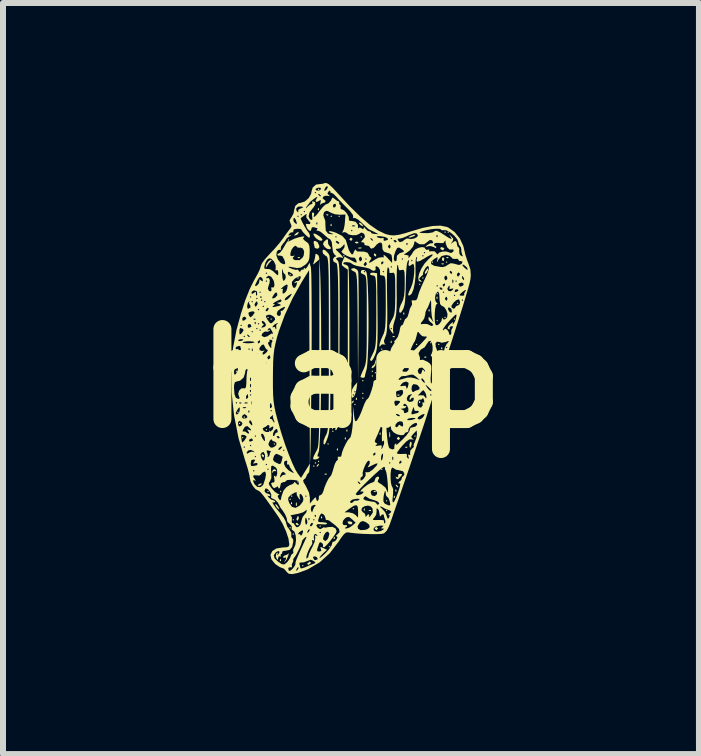
<source format=kicad_pcb>
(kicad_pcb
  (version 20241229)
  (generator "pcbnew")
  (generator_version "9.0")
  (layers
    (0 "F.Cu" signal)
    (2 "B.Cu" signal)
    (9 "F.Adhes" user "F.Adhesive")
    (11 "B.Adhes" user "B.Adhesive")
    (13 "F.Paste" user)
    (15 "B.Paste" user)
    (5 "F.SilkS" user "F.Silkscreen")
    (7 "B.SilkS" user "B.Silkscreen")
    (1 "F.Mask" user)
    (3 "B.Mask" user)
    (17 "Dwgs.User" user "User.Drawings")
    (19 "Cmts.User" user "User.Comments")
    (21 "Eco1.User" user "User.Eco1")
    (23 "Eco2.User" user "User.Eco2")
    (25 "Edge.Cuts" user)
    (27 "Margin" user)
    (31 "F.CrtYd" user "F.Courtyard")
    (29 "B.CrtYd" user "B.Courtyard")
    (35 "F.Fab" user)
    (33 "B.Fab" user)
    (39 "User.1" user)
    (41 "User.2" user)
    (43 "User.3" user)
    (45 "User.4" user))
  (footprint "harp"
    (layer "F.Cu")
    (at 2.8 3.256)
    (property "Reference" "harp" (at 0 0 0) (layer "F.SilkS") (effects (font (size 1.5 1.5) (thickness 0.3))))
    (attr board_only exclude_from_pos_files exclude_from_bom)
    (fp_poly (pts (xy -0.527 -1.982) (xy -0.527 -1.984) (xy -0.527 -1.984)) (stroke (width 0) (type solid)) (fill yes) (layer "F.SilkS"))
    (fp_poly (pts (xy -1.897 -0.119) (xy -1.91 -0.105) (xy -1.923 -0.119) (xy -1.91 -0.132)) (stroke (width 0) (type solid)) (fill yes) (layer "F.SilkS"))
    (fp_poly (pts (xy -1.871 0.566) (xy -1.884 0.58) (xy -1.897 0.566) (xy -1.884 0.553)) (stroke (width 0) (type solid)) (fill yes) (layer "F.SilkS"))
    (fp_poly (pts (xy -1.844 0.751) (xy -1.858 0.764) (xy -1.871 0.751) (xy -1.858 0.738)) (stroke (width 0) (type solid)) (fill yes) (layer "F.SilkS"))
    (fp_poly (pts (xy -1.792 0.988) (xy -1.805 1.001) (xy -1.818 0.988) (xy -1.805 0.975)) (stroke (width 0) (type solid)) (fill yes) (layer "F.SilkS"))
    (fp_poly (pts (xy -1.765 0.646) (xy -1.779 0.659) (xy -1.792 0.646) (xy -1.779 0.632)) (stroke (width 0) (type solid)) (fill yes) (layer "F.SilkS"))
    (fp_poly (pts (xy -1.396 -0.066) (xy -1.41 -0.053) (xy -1.423 -0.066) (xy -1.41 -0.079)) (stroke (width 0) (type solid)) (fill yes) (layer "F.SilkS"))
    (fp_poly (pts (xy -1.396 0.856) (xy -1.41 0.87) (xy -1.423 0.856) (xy -1.41 0.843)) (stroke (width 0) (type solid)) (fill yes) (layer "F.SilkS"))
    (fp_poly (pts (xy -1.37 -1.014) (xy -1.383 -1.001) (xy -1.396 -1.014) (xy -1.383 -1.028)) (stroke (width 0) (type solid)) (fill yes) (layer "F.SilkS"))
    (fp_poly (pts (xy -1.37 1.884) (xy -1.383 1.897) (xy -1.396 1.884) (xy -1.383 1.871)) (stroke (width 0) (type solid)) (fill yes) (layer "F.SilkS"))
    (fp_poly (pts (xy -1.344 0.883) (xy -1.357 0.896) (xy -1.37 0.883) (xy -1.357 0.87)) (stroke (width 0) (type solid)) (fill yes) (layer "F.SilkS"))
    (fp_poly (pts (xy -1.317 -0.988) (xy -1.331 -0.975) (xy -1.344 -0.988) (xy -1.331 -1.001)) (stroke (width 0) (type solid)) (fill yes) (layer "F.SilkS"))
    (fp_poly (pts (xy -1.265 1.093) (xy -1.278 1.107) (xy -1.291 1.093) (xy -1.278 1.08)) (stroke (width 0) (type solid)) (fill yes) (layer "F.SilkS"))
    (fp_poly (pts (xy -1.159 1.884) (xy -1.173 1.897) (xy -1.186 1.884) (xy -1.173 1.871)) (stroke (width 0) (type solid)) (fill yes) (layer "F.SilkS"))
    (fp_poly (pts (xy -1.028 -2.305) (xy -1.041 -2.292) (xy -1.054 -2.305) (xy -1.041 -2.319)) (stroke (width 0) (type solid)) (fill yes) (layer "F.SilkS"))
    (fp_poly (pts (xy -1.001 -1.726) (xy -1.014 -1.713) (xy -1.028 -1.726) (xy -1.014 -1.739)) (stroke (width 0) (type solid)) (fill yes) (layer "F.SilkS"))
    (fp_poly (pts (xy -1.001 2.016) (xy -1.014 2.029) (xy -1.028 2.016) (xy -1.014 2.002)) (stroke (width 0) (type solid)) (fill yes) (layer "F.SilkS"))
    (fp_poly (pts (xy -1.001 2.49) (xy -1.014 2.503) (xy -1.028 2.49) (xy -1.014 2.477)) (stroke (width 0) (type solid)) (fill yes) (layer "F.SilkS"))
    (fp_poly (pts (xy -0.975 1.963) (xy -0.988 1.976) (xy -1.001 1.963) (xy -0.988 1.95)) (stroke (width 0) (type solid)) (fill yes) (layer "F.SilkS"))
    (fp_poly (pts (xy -0.949 2.358) (xy -0.962 2.371) (xy -0.975 2.358) (xy -0.962 2.345)) (stroke (width 0) (type solid)) (fill yes) (layer "F.SilkS"))
    (fp_poly (pts (xy -0.949 2.595) (xy -0.962 2.609) (xy -0.975 2.595) (xy -0.962 2.582)) (stroke (width 0) (type solid)) (fill yes) (layer "F.SilkS"))
    (fp_poly (pts (xy -0.87 -1.673) (xy -0.883 -1.66) (xy -0.896 -1.673) (xy -0.883 -1.686)) (stroke (width 0) (type solid)) (fill yes) (layer "F.SilkS"))
    (fp_poly (pts (xy -0.87 1.726) (xy -0.883 1.739) (xy -0.896 1.726) (xy -0.883 1.713)) (stroke (width 0) (type solid)) (fill yes) (layer "F.SilkS"))
    (fp_poly (pts (xy -0.79 3.122) (xy -0.804 3.135) (xy -0.817 3.122) (xy -0.804 3.109)) (stroke (width 0) (type solid)) (fill yes) (layer "F.SilkS"))
    (fp_poly (pts (xy -0.764 -1.831) (xy -0.777 -1.818) (xy -0.79 -1.831) (xy -0.777 -1.844)) (stroke (width 0) (type solid)) (fill yes) (layer "F.SilkS"))
    (fp_poly (pts (xy -0.606 1.462) (xy -0.619 1.476) (xy -0.632 1.462) (xy -0.619 1.449)) (stroke (width 0) (type solid)) (fill yes) (layer "F.SilkS"))
    (fp_poly (pts (xy -0.58 1.41) (xy -0.593 1.423) (xy -0.606 1.41) (xy -0.593 1.396)) (stroke (width 0) (type solid)) (fill yes) (layer "F.SilkS"))
    (fp_poly (pts (xy -0.527 -3.149) (xy -0.54 -3.135) (xy -0.553 -3.149) (xy -0.54 -3.162)) (stroke (width 0) (type solid)) (fill yes) (layer "F.SilkS"))
    (fp_poly (pts (xy -0.527 1.383) (xy -0.54 1.396) (xy -0.553 1.383) (xy -0.54 1.37)) (stroke (width 0) (type solid)) (fill yes) (layer "F.SilkS"))
    (fp_poly (pts (xy -0.501 2.464) (xy -0.514 2.477) (xy -0.527 2.464) (xy -0.514 2.45)) (stroke (width 0) (type solid)) (fill yes) (layer "F.SilkS"))
    (fp_poly (pts (xy -0.369 1.093) (xy -0.382 1.107) (xy -0.395 1.093) (xy -0.382 1.08)) (stroke (width 0) (type solid)) (fill yes) (layer "F.SilkS"))
    (fp_poly (pts (xy -0.343 2.806) (xy -0.356 2.819) (xy -0.369 2.806) (xy -0.356 2.793)) (stroke (width 0) (type solid)) (fill yes) (layer "F.SilkS"))
    (fp_poly (pts (xy -0.316 -2.701) (xy -0.329 -2.688) (xy -0.343 -2.701) (xy -0.329 -2.714)) (stroke (width 0) (type solid)) (fill yes) (layer "F.SilkS"))
    (fp_poly (pts (xy -0.29 0.883) (xy -0.303 0.896) (xy -0.316 0.883) (xy -0.303 0.87)) (stroke (width 0) (type solid)) (fill yes) (layer "F.SilkS"))
    (fp_poly (pts (xy -0.184 -2.701) (xy -0.198 -2.688) (xy -0.211 -2.701) (xy -0.198 -2.714)) (stroke (width 0) (type solid)) (fill yes) (layer "F.SilkS"))
    (fp_poly (pts (xy -0.105 -2.042) (xy -0.119 -2.029) (xy -0.132 -2.042) (xy -0.119 -2.055)) (stroke (width 0) (type solid)) (fill yes) (layer "F.SilkS"))
    (fp_poly (pts (xy -0.105 0.725) (xy -0.119 0.738) (xy -0.132 0.725) (xy -0.119 0.711)) (stroke (width 0) (type solid)) (fill yes) (layer "F.SilkS"))
    (fp_poly (pts (xy -0.105 0.777) (xy -0.119 0.79) (xy -0.132 0.777) (xy -0.119 0.764)) (stroke (width 0) (type solid)) (fill yes) (layer "F.SilkS"))
    (fp_poly (pts (xy 0.053 2.174) (xy 0.04 2.187) (xy 0.026 2.174) (xy 0.04 2.161)) (stroke (width 0) (type solid)) (fill yes) (layer "F.SilkS"))
    (fp_poly (pts (xy 0.079 0.435) (xy 0.066 0.448) (xy 0.053 0.435) (xy 0.066 0.422)) (stroke (width 0) (type solid)) (fill yes) (layer "F.SilkS"))
    (fp_poly (pts (xy 0.184 -2.358) (xy 0.171 -2.345) (xy 0.158 -2.358) (xy 0.171 -2.371)) (stroke (width 0) (type solid)) (fill yes) (layer "F.SilkS"))
    (fp_poly (pts (xy 0.211 0.04) (xy 0.198 0.053) (xy 0.184 0.04) (xy 0.198 0.026)) (stroke (width 0) (type solid)) (fill yes) (layer "F.SilkS"))
    (fp_poly (pts (xy 0.211 0.25) (xy 0.198 0.263) (xy 0.184 0.25) (xy 0.198 0.237)) (stroke (width 0) (type solid)) (fill yes) (layer "F.SilkS"))
    (fp_poly (pts (xy 0.211 0.329) (xy 0.198 0.343) (xy 0.184 0.329) (xy 0.198 0.316)) (stroke (width 0) (type solid)) (fill yes) (layer "F.SilkS"))
    (fp_poly (pts (xy 0.369 -0.119) (xy 0.356 -0.105) (xy 0.343 -0.119) (xy 0.356 -0.132)) (stroke (width 0) (type solid)) (fill yes) (layer "F.SilkS"))
    (fp_poly (pts (xy 0.369 -0.04) (xy 0.356 -0.026) (xy 0.343 -0.04) (xy 0.356 -0.053)) (stroke (width 0) (type solid)) (fill yes) (layer "F.SilkS"))
    (fp_poly (pts (xy 0.422 -0.092) (xy 0.408 -0.079) (xy 0.395 -0.092) (xy 0.408 -0.105)) (stroke (width 0) (type solid)) (fill yes) (layer "F.SilkS"))
    (fp_poly (pts (xy 0.527 -0.487) (xy 0.514 -0.474) (xy 0.501 -0.487) (xy 0.514 -0.501)) (stroke (width 0) (type solid)) (fill yes) (layer "F.SilkS"))
    (fp_poly (pts (xy 0.527 -0.382) (xy 0.514 -0.369) (xy 0.501 -0.382) (xy 0.514 -0.395)) (stroke (width 0) (type solid)) (fill yes) (layer "F.SilkS"))
    (fp_poly (pts (xy 0.527 1.515) (xy 0.514 1.528) (xy 0.501 1.515) (xy 0.514 1.502)) (stroke (width 0) (type solid)) (fill yes) (layer "F.SilkS"))
    (fp_poly (pts (xy 0.606 2.042) (xy 0.593 2.055) (xy 0.58 2.042) (xy 0.593 2.029)) (stroke (width 0) (type solid)) (fill yes) (layer "F.SilkS"))
    (fp_poly (pts (xy 0.606 2.2) (xy 0.593 2.213) (xy 0.58 2.2) (xy 0.593 2.187)) (stroke (width 0) (type solid)) (fill yes) (layer "F.SilkS"))
    (fp_poly (pts (xy 0.843 -0.988) (xy 0.83 -0.975) (xy 0.817 -0.988) (xy 0.83 -1.001)) (stroke (width 0) (type solid)) (fill yes) (layer "F.SilkS"))
    (fp_poly (pts (xy 1.08 0.962) (xy 1.067 0.975) (xy 1.054 0.962) (xy 1.067 0.949)) (stroke (width 0) (type solid)) (fill yes) (layer "F.SilkS"))
    (fp_poly (pts (xy 1.107 -0.566) (xy 1.093 -0.553) (xy 1.08 -0.566) (xy 1.093 -0.58)) (stroke (width 0) (type solid)) (fill yes) (layer "F.SilkS"))
    (fp_poly (pts (xy 1.159 -1.568) (xy 1.146 -1.555) (xy 1.133 -1.568) (xy 1.146 -1.581)) (stroke (width 0) (type solid)) (fill yes) (layer "F.SilkS"))
    (fp_poly (pts (xy 1.212 -1.673) (xy 1.199 -1.66) (xy 1.186 -1.673) (xy 1.199 -1.686)) (stroke (width 0) (type solid)) (fill yes) (layer "F.SilkS"))
    (fp_poly (pts (xy 1.344 -0.593) (xy 1.331 -0.58) (xy 1.317 -0.593) (xy 1.331 -0.606)) (stroke (width 0) (type solid)) (fill yes) (layer "F.SilkS"))
    (fp_poly (pts (xy 1.37 -1.937) (xy 1.357 -1.923) (xy 1.344 -1.937) (xy 1.357 -1.95)) (stroke (width 0) (type solid)) (fill yes) (layer "F.SilkS"))
    (fp_poly (pts (xy 1.449 -1.41) (xy 1.436 -1.396) (xy 1.423 -1.41) (xy 1.436 -1.423)) (stroke (width 0) (type solid)) (fill yes) (layer "F.SilkS"))
    (fp_poly (pts (xy 1.449 -0.962) (xy 1.436 -0.949) (xy 1.423 -0.962) (xy 1.436 -0.975)) (stroke (width 0) (type solid)) (fill yes) (layer "F.SilkS"))
    (fp_poly (pts (xy 1.449 -0.356) (xy 1.436 -0.343) (xy 1.423 -0.356) (xy 1.436 -0.369)) (stroke (width 0) (type solid)) (fill yes) (layer "F.SilkS"))
    (fp_poly (pts (xy 1.476 -0.566) (xy 1.462 -0.553) (xy 1.449 -0.566) (xy 1.462 -0.58)) (stroke (width 0) (type solid)) (fill yes) (layer "F.SilkS"))
    (fp_poly (pts (xy 1.502 -0.356) (xy 1.489 -0.343) (xy 1.476 -0.356) (xy 1.489 -0.369)) (stroke (width 0) (type solid)) (fill yes) (layer "F.SilkS"))
    (fp_poly (pts (xy 1.581 -2.437) (xy 1.568 -2.424) (xy 1.555 -2.437) (xy 1.568 -2.45)) (stroke (width 0) (type solid)) (fill yes) (layer "F.SilkS"))
    (fp_poly (pts (xy 1.581 -1.014) (xy 1.568 -1.001) (xy 1.555 -1.014) (xy 1.568 -1.028)) (stroke (width 0) (type solid)) (fill yes) (layer "F.SilkS"))
    (fp_poly (pts (xy 1.607 -1.937) (xy 1.594 -1.923) (xy 1.581 -1.937) (xy 1.594 -1.95)) (stroke (width 0) (type solid)) (fill yes) (layer "F.SilkS"))
    (fp_poly (pts (xy 1.634 -2.437) (xy 1.62 -2.424) (xy 1.607 -2.437) (xy 1.62 -2.45)) (stroke (width 0) (type solid)) (fill yes) (layer "F.SilkS"))
    (fp_poly (pts (xy 1.739 -0.988) (xy 1.726 -0.975) (xy 1.713 -0.988) (xy 1.726 -1.001)) (stroke (width 0) (type solid)) (fill yes) (layer "F.SilkS"))
    (fp_poly (pts (xy 1.792 -1.252) (xy 1.779 -1.238) (xy 1.765 -1.252) (xy 1.779 -1.265)) (stroke (width 0) (type solid)) (fill yes) (layer "F.SilkS"))
    (fp_poly (pts (xy -1.168 3.013) (xy -1.165 3.044) (xy -1.168 3.048) (xy -1.184 3.044) (xy -1.186 3.03) (xy -1.176 3.008)) (stroke (width 0) (type solid)) (fill yes) (layer "F.SilkS"))
    (fp_poly (pts (xy -0.984 2.064) (xy -0.981 2.095) (xy -0.984 2.099) (xy -0.999 2.095) (xy -1.001 2.082) (xy -0.992 2.06)) (stroke (width 0) (type solid)) (fill yes) (layer "F.SilkS"))
    (fp_poly (pts (xy -0.904 2.077) (xy -0.901 2.118) (xy -0.906 2.127) (xy -0.918 2.119) (xy -0.92 2.093) (xy -0.914 2.064)) (stroke (width 0) (type solid)) (fill yes) (layer "F.SilkS"))
    (fp_poly (pts (xy -0.852 -2.02) (xy -0.856 -2.004) (xy -0.87 -2.002) (xy -0.891 -2.012) (xy -0.887 -2.02) (xy -0.856 -2.023)) (stroke (width 0) (type solid)) (fill yes) (layer "F.SilkS"))
    (fp_poly (pts (xy -0.536 -2.837) (xy -0.533 -2.806) (xy -0.536 -2.802) (xy -0.551 -2.805) (xy -0.553 -2.819) (xy -0.544 -2.841)) (stroke (width 0) (type solid)) (fill yes) (layer "F.SilkS"))
    (fp_poly (pts (xy -0.483 2.301) (xy -0.48 2.332) (xy -0.483 2.336) (xy -0.499 2.333) (xy -0.501 2.319) (xy -0.491 2.297)) (stroke (width 0) (type solid)) (fill yes) (layer "F.SilkS"))
    (fp_poly (pts (xy -0.404 1.59) (xy -0.408 1.605) (xy -0.422 1.607) (xy -0.443 1.598) (xy -0.439 1.59) (xy -0.408 1.587)) (stroke (width 0) (type solid)) (fill yes) (layer "F.SilkS"))
    (fp_poly (pts (xy -0.378 -2.731) (xy -0.381 -2.716) (xy -0.395 -2.714) (xy -0.417 -2.724) (xy -0.413 -2.731) (xy -0.382 -2.735)) (stroke (width 0) (type solid)) (fill yes) (layer "F.SilkS"))
    (fp_poly (pts (xy -0.325 -2.573) (xy -0.322 -2.542) (xy -0.325 -2.538) (xy -0.341 -2.542) (xy -0.343 -2.556) (xy -0.333 -2.577)) (stroke (width 0) (type solid)) (fill yes) (layer "F.SilkS"))
    (fp_poly (pts (xy -0.272 2.644) (xy -0.269 2.675) (xy -0.272 2.679) (xy -0.288 2.675) (xy -0.29 2.661) (xy -0.28 2.64)) (stroke (width 0) (type solid)) (fill yes) (layer "F.SilkS"))
    (fp_poly (pts (xy -0.22 1.168) (xy -0.216 1.199) (xy -0.22 1.203) (xy -0.235 1.2) (xy -0.237 1.186) (xy -0.227 1.164)) (stroke (width 0) (type solid)) (fill yes) (layer "F.SilkS"))
    (fp_poly (pts (xy -0.088 0.984) (xy -0.085 1.015) (xy -0.088 1.019) (xy -0.103 1.015) (xy -0.105 1.001) (xy -0.096 0.98)) (stroke (width 0) (type solid)) (fill yes) (layer "F.SilkS"))
    (fp_poly (pts (xy -0.061 0.852) (xy -0.058 0.883) (xy -0.061 0.887) (xy -0.077 0.883) (xy -0.079 0.87) (xy -0.069 0.848)) (stroke (width 0) (type solid)) (fill yes) (layer "F.SilkS"))
    (fp_poly (pts (xy 0.097 0.325) (xy 0.1 0.356) (xy 0.097 0.36) (xy 0.081 0.356) (xy 0.079 0.343) (xy 0.089 0.321)) (stroke (width 0) (type solid)) (fill yes) (layer "F.SilkS"))
    (fp_poly (pts (xy 0.177 -2.176) (xy 0.169 -2.165) (xy 0.143 -2.163) (xy 0.115 -2.169) (xy 0.127 -2.179) (xy 0.168 -2.182)) (stroke (width 0) (type solid)) (fill yes) (layer "F.SilkS"))
    (fp_poly (pts (xy 0.228 2.169) (xy 0.232 2.201) (xy 0.228 2.204) (xy 0.213 2.201) (xy 0.211 2.187) (xy 0.22 2.165)) (stroke (width 0) (type solid)) (fill yes) (layer "F.SilkS"))
    (fp_poly (pts (xy 0.334 2.196) (xy 0.33 2.211) (xy 0.316 2.213) (xy 0.294 2.204) (xy 0.299 2.196) (xy 0.33 2.193)) (stroke (width 0) (type solid)) (fill yes) (layer "F.SilkS"))
    (fp_poly (pts (xy 0.413 1.88) (xy 0.409 1.895) (xy 0.395 1.897) (xy 0.374 1.887) (xy 0.378 1.88) (xy 0.409 1.876)) (stroke (width 0) (type solid)) (fill yes) (layer "F.SilkS"))
    (fp_poly (pts (xy 0.492 0.905) (xy 0.495 0.936) (xy 0.492 0.94) (xy 0.476 0.936) (xy 0.474 0.922) (xy 0.484 0.901)) (stroke (width 0) (type solid)) (fill yes) (layer "F.SilkS"))
    (fp_poly (pts (xy 0.623 0.758) (xy 0.627 0.811) (xy 0.623 0.823) (xy 0.614 0.827) (xy 0.61 0.79) (xy 0.614 0.753)) (stroke (width 0) (type solid)) (fill yes) (layer "F.SilkS"))
    (fp_poly (pts (xy 0.676 -0.624) (xy 0.679 -0.592) (xy 0.676 -0.588) (xy 0.661 -0.592) (xy 0.659 -0.606) (xy 0.668 -0.628)) (stroke (width 0) (type solid)) (fill yes) (layer "F.SilkS"))
    (fp_poly (pts (xy 0.729 -0.703) (xy 0.725 -0.687) (xy 0.711 -0.685) (xy 0.69 -0.695) (xy 0.694 -0.703) (xy 0.725 -0.706)) (stroke (width 0) (type solid)) (fill yes) (layer "F.SilkS"))
    (fp_poly (pts (xy 0.729 1.959) (xy 0.732 1.99) (xy 0.729 1.994) (xy 0.713 1.99) (xy 0.711 1.976) (xy 0.721 1.954)) (stroke (width 0) (type solid)) (fill yes) (layer "F.SilkS"))
    (fp_poly (pts (xy 0.755 1.853) (xy 0.758 1.884) (xy 0.755 1.888) (xy 0.74 1.885) (xy 0.738 1.871) (xy 0.747 1.849)) (stroke (width 0) (type solid)) (fill yes) (layer "F.SilkS"))
    (fp_poly (pts (xy 0.808 0.272) (xy 0.804 0.288) (xy 0.79 0.29) (xy 0.769 0.28) (xy 0.773 0.272) (xy 0.804 0.269)) (stroke (width 0) (type solid)) (fill yes) (layer "F.SilkS"))
    (fp_poly (pts (xy 0.887 -1.098) (xy 0.89 -1.067) (xy 0.887 -1.063) (xy 0.871 -1.066) (xy 0.87 -1.08) (xy 0.879 -1.102)) (stroke (width 0) (type solid)) (fill yes) (layer "F.SilkS"))
    (fp_poly (pts (xy 0.94 1.142) (xy 0.936 1.157) (xy 0.922 1.159) (xy 0.901 1.15) (xy 0.905 1.142) (xy 0.936 1.139)) (stroke (width 0) (type solid)) (fill yes) (layer "F.SilkS"))
    (fp_poly (pts (xy 1.151 0.378) (xy 1.154 0.409) (xy 1.151 0.413) (xy 1.135 0.409) (xy 1.133 0.395) (xy 1.143 0.374)) (stroke (width 0) (type solid)) (fill yes) (layer "F.SilkS"))
    (fp_poly (pts (xy 1.256 -0.36) (xy 1.252 -0.344) (xy 1.238 -0.343) (xy 1.217 -0.352) (xy 1.221 -0.36) (xy 1.252 -0.363)) (stroke (width 0) (type solid)) (fill yes) (layer "F.SilkS"))
    (fp_poly (pts (xy 1.309 -1.151) (xy 1.312 -1.119) (xy 1.309 -1.115) (xy 1.293 -1.119) (xy 1.291 -1.133) (xy 1.301 -1.155)) (stroke (width 0) (type solid)) (fill yes) (layer "F.SilkS"))
    (fp_poly (pts (xy 1.44 -1.361) (xy 1.444 -1.33) (xy 1.44 -1.326) (xy 1.425 -1.33) (xy 1.423 -1.344) (xy 1.432 -1.365)) (stroke (width 0) (type solid)) (fill yes) (layer "F.SilkS"))
    (fp_poly (pts (xy 1.519 -0.518) (xy 1.523 -0.487) (xy 1.519 -0.483) (xy 1.504 -0.487) (xy 1.502 -0.501) (xy 1.512 -0.522)) (stroke (width 0) (type solid)) (fill yes) (layer "F.SilkS"))
    (fp_poly (pts (xy 1.546 -1.915) (xy 1.542 -1.899) (xy 1.528 -1.897) (xy 1.507 -1.907) (xy 1.511 -1.915) (xy 1.542 -1.918)) (stroke (width 0) (type solid)) (fill yes) (layer "F.SilkS"))
    (fp_poly (pts (xy 1.625 -2.02) (xy 1.621 -2.004) (xy 1.607 -2.002) (xy 1.586 -2.012) (xy 1.59 -2.02) (xy 1.621 -2.023)) (stroke (width 0) (type solid)) (fill yes) (layer "F.SilkS"))
    (fp_poly (pts (xy -1.489 1.766) (xy -1.517 1.787) (xy -1.547 1.791) (xy -1.555 1.781) (xy -1.534 1.764) (xy -1.514 1.755) (xy -1.486 1.753)) (stroke (width 0) (type solid)) (fill yes) (layer "F.SilkS"))
    (fp_poly (pts (xy -1.24 2.105) (xy -1.217 2.135) (xy -1.195 2.179) (xy -1.205 2.182) (xy -1.239 2.147) (xy -1.261 2.109) (xy -1.261 2.095)) (stroke (width 0) (type solid)) (fill yes) (layer "F.SilkS"))
    (fp_poly (pts (xy -0.222 0.808) (xy -0.227 0.829) (xy -0.248 0.866) (xy -0.262 0.859) (xy -0.263 0.845) (xy -0.244 0.809) (xy -0.237 0.804)) (stroke (width 0) (type solid)) (fill yes) (layer "F.SilkS"))
    (fp_poly (pts (xy 0.02 2.394) (xy 0.021 2.42) (xy 0.003 2.435) (xy -0.031 2.431) (xy -0.048 2.416) (xy -0.059 2.39) (xy -0.025 2.383)) (stroke (width 0) (type solid)) (fill yes) (layer "F.SilkS"))
    (fp_poly (pts (xy 0.107 -2.278) (xy 0.13 -2.256) (xy 0.103 -2.249) (xy 0.093 -2.248) (xy 0.067 -2.26) (xy 0.069 -2.271) (xy 0.099 -2.281)) (stroke (width 0) (type solid)) (fill yes) (layer "F.SilkS"))
    (fp_poly (pts (xy 0.162 -2.59) (xy 0.184 -2.57) (xy 0.207 -2.536) (xy 0.192 -2.536) (xy 0.159 -2.555) (xy 0.133 -2.583) (xy 0.135 -2.595)) (stroke (width 0) (type solid)) (fill yes) (layer "F.SilkS"))
    (fp_poly (pts (xy 0.557 -0.429) (xy 0.558 -0.428) (xy 0.576 -0.382) (xy 0.574 -0.365) (xy 0.56 -0.359) (xy 0.546 -0.393) (xy 0.54 -0.434)) (stroke (width 0) (type solid)) (fill yes) (layer "F.SilkS"))
    (fp_poly (pts (xy 0.76 1.776) (xy 0.788 1.803) (xy 0.783 1.818) (xy 0.779 1.818) (xy 0.757 1.799) (xy 0.748 1.788) (xy 0.745 1.77)) (stroke (width 0) (type solid)) (fill yes) (layer "F.SilkS"))
    (fp_poly (pts (xy 1.551 -2.01) (xy 1.555 -1.991) (xy 1.546 -1.953) (xy 1.523 -1.964) (xy 1.516 -1.974) (xy 1.519 -2.008) (xy 1.528 -2.015)) (stroke (width 0) (type solid)) (fill yes) (layer "F.SilkS"))
    (fp_poly (pts (xy -1.476 -0.243) (xy -1.476 -0.237) (xy -1.496 -0.212) (xy -1.503 -0.211) (xy -1.519 -0.227) (xy -1.515 -0.237) (xy -1.491 -0.262) (xy -1.487 -0.263)) (stroke (width 0) (type solid)) (fill yes) (layer "F.SilkS"))
    (fp_poly (pts (xy -1.45 1.284) (xy -1.449 1.291) (xy -1.458 1.317) (xy -1.461 1.317) (xy -1.483 1.299) (xy -1.489 1.291) (xy -1.487 1.267) (xy -1.477 1.265)) (stroke (width 0) (type solid)) (fill yes) (layer "F.SilkS"))
    (fp_poly (pts (xy -1.45 0.31) (xy -1.449 0.316) (xy -1.469 0.342) (xy -1.476 0.343) (xy -1.501 0.322) (xy -1.502 0.316) (xy -1.482 0.291) (xy -1.476 0.29)) (stroke (width 0) (type solid)) (fill yes) (layer "F.SilkS"))
    (fp_poly (pts (xy -0.896 2.411) (xy -0.871 2.435) (xy -0.87 2.439) (xy -0.89 2.45) (xy -0.896 2.45) (xy -0.921 2.43) (xy -0.922 2.423) (xy -0.906 2.407)) (stroke (width 0) (type solid)) (fill yes) (layer "F.SilkS"))
    (fp_poly (pts (xy -0.871 2.314) (xy -0.87 2.332) (xy -0.883 2.367) (xy -0.895 2.371) (xy -0.91 2.352) (xy -0.905 2.332) (xy -0.887 2.297) (xy -0.88 2.292)) (stroke (width 0) (type solid)) (fill yes) (layer "F.SilkS"))
    (fp_poly (pts (xy -0.87 -2.43) (xy -0.891 -2.398) (xy -0.909 -2.388) (xy -0.943 -2.38) (xy -0.949 -2.382) (xy -0.931 -2.404) (xy -0.909 -2.424) (xy -0.877 -2.44)) (stroke (width 0) (type solid)) (fill yes) (layer "F.SilkS"))
    (fp_poly (pts (xy -0.668 3.073) (xy -0.672 3.083) (xy -0.707 3.108) (xy -0.715 3.109) (xy -0.729 3.093) (xy -0.725 3.083) (xy -0.69 3.057) (xy -0.682 3.056)) (stroke (width 0) (type solid)) (fill yes) (layer "F.SilkS"))
    (fp_poly (pts (xy -0.535 1.44) (xy -0.54 1.449) (xy -0.565 1.474) (xy -0.57 1.476) (xy -0.571 1.458) (xy -0.566 1.449) (xy -0.542 1.424) (xy -0.537 1.423)) (stroke (width 0) (type solid)) (fill yes) (layer "F.SilkS"))
    (fp_poly (pts (xy 0.026 -2.325) (xy 0.026 -2.319) (xy 0.006 -2.293) (xy 0 -2.292) (xy -0.026 -2.312) (xy -0.026 -2.319) (xy -0.006 -2.344) (xy 0 -2.345)) (stroke (width 0) (type solid)) (fill yes) (layer "F.SilkS"))
    (fp_poly (pts (xy 0.044 0.386) (xy 0.04 0.395) (xy 0.015 0.42) (xy 0.01 0.422) (xy 0.008 0.405) (xy 0.013 0.395) (xy 0.038 0.37) (xy 0.043 0.369)) (stroke (width 0) (type solid)) (fill yes) (layer "F.SilkS"))
    (fp_poly (pts (xy 0.421 -2.062) (xy 0.422 -2.055) (xy 0.413 -2.03) (xy 0.41 -2.029) (xy 0.387 -2.047) (xy 0.382 -2.055) (xy 0.384 -2.079) (xy 0.394 -2.082)) (stroke (width 0) (type solid)) (fill yes) (layer "F.SilkS"))
    (fp_poly (pts (xy 0.447 2.497) (xy 0.448 2.503) (xy 0.428 2.529) (xy 0.422 2.529) (xy 0.396 2.509) (xy 0.395 2.503) (xy 0.415 2.478) (xy 0.422 2.477)) (stroke (width 0) (type solid)) (fill yes) (layer "F.SilkS"))
    (fp_poly (pts (xy 0.649 0.898) (xy 0.651 0.903) (xy 0.654 0.96) (xy 0.65 0.982) (xy 0.641 0.983) (xy 0.637 0.942) (xy 0.638 0.935) (xy 0.641 0.895)) (stroke (width 0) (type solid)) (fill yes) (layer "F.SilkS"))
    (fp_poly (pts (xy 0.816 0.995) (xy 0.817 1.001) (xy 0.797 1.027) (xy 0.79 1.028) (xy 0.765 1.008) (xy 0.764 1.001) (xy 0.784 0.976) (xy 0.79 0.975)) (stroke (width 0) (type solid)) (fill yes) (layer "F.SilkS"))
    (fp_poly (pts (xy 1.012 1.075) (xy 1.009 1.107) (xy 0.994 1.149) (xy 0.985 1.159) (xy 0.977 1.137) (xy 0.975 1.107) (xy 0.985 1.064) (xy 0.999 1.054)) (stroke (width 0) (type solid)) (fill yes) (layer "F.SilkS"))
    (fp_poly (pts (xy 1.065 -2.379) (xy 1.054 -2.371) (xy 0.998 -2.35) (xy 0.975 -2.347) (xy 0.959 -2.355) (xy 0.988 -2.371) (xy 1.044 -2.391) (xy 1.073 -2.394)) (stroke (width 0) (type solid)) (fill yes) (layer "F.SilkS"))
    (fp_poly (pts (xy 1.284 -1.804) (xy 1.264 -1.763) (xy 1.238 -1.739) (xy 1.235 -1.739) (xy 1.229 -1.757) (xy 1.244 -1.791) (xy 1.272 -1.827) (xy 1.284 -1.834)) (stroke (width 0) (type solid)) (fill yes) (layer "F.SilkS"))
    (fp_poly (pts (xy 1.487 -0.298) (xy 1.472 -0.272) (xy 1.444 -0.242) (xy 1.437 -0.237) (xy 1.432 -0.258) (xy 1.432 -0.272) (xy 1.452 -0.304) (xy 1.466 -0.307)) (stroke (width 0) (type solid)) (fill yes) (layer "F.SilkS"))
    (fp_poly (pts (xy 1.55 -2.173) (xy 1.555 -2.161) (xy 1.536 -2.135) (xy 1.53 -2.134) (xy 1.494 -2.153) (xy 1.489 -2.161) (xy 1.495 -2.183) (xy 1.513 -2.187)) (stroke (width 0) (type solid)) (fill yes) (layer "F.SilkS"))
    (fp_poly (pts (xy -1.249 1.532) (xy -1.246 1.551) (xy -1.258 1.545) (xy -1.291 1.548) (xy -1.3 1.561) (xy -1.312 1.579) (xy -1.315 1.563) (xy -1.302 1.524) (xy -1.27 1.515)) (stroke (width 0) (type solid)) (fill yes) (layer "F.SilkS"))
    (fp_poly (pts (xy -1.32 -1.968) (xy -1.333 -1.956) (xy -1.368 -1.919) (xy -1.391 -1.884) (xy -1.414 -1.851) (xy -1.422 -1.853) (xy -1.408 -1.902) (xy -1.375 -1.951) (xy -1.34 -1.976) (xy -1.336 -1.976)) (stroke (width 0) (type solid)) (fill yes) (layer "F.SilkS"))
    (fp_poly (pts (xy -0.597 -2.41) (xy -0.549 -2.384) (xy -0.503 -2.349) (xy -0.476 -2.317) (xy -0.475 -2.312) (xy -0.491 -2.292) (xy -0.532 -2.3) (xy -0.58 -2.332) (xy -0.593 -2.345) (xy -0.623 -2.389) (xy -0.625 -2.414)) (stroke (width 0) (type solid)) (fill yes) (layer "F.SilkS"))
    (fp_poly (pts (xy -0.569 -2.072) (xy -0.538 -2.044) (xy -0.53 -2.009) (xy -0.527 -1.984) (xy -0.584 -1.934) (xy -0.624 -1.901) (xy -0.632 -1.903) (xy -0.62 -1.937) (xy -0.601 -2.002) (xy -0.597 -2.035) (xy -0.59 -2.075)) (stroke (width 0) (type solid)) (fill yes) (layer "F.SilkS"))
    (fp_poly (pts (xy -0.556 -2.269) (xy -0.53 -2.214) (xy -0.527 -2.185) (xy -0.548 -2.163) (xy -0.566 -2.161) (xy -0.602 -2.174) (xy -0.606 -2.185) (xy -0.615 -2.229) (xy -0.622 -2.251) (xy -0.62 -2.286) (xy -0.598 -2.292)) (stroke (width 0) (type solid)) (fill yes) (layer "F.SilkS"))
    (fp_poly (pts (xy 0.416 -0.301) (xy 0.418 -0.273) (xy 0.404 -0.213) (xy 0.382 -0.184) (xy 0.349 -0.167) (xy 0.343 -0.181) (xy 0.36 -0.209) (xy 0.367 -0.211) (xy 0.39 -0.233) (xy 0.403 -0.27) (xy 0.412 -0.311)) (stroke (width 0) (type solid)) (fill yes) (layer "F.SilkS"))
    (fp_poly (pts (xy 0.852 1.596) (xy 0.844 1.617) (xy 0.825 1.639) (xy 0.787 1.678) (xy 0.767 1.68) (xy 0.748 1.656) (xy 0.745 1.638) (xy 0.765 1.647) (xy 0.789 1.653) (xy 0.785 1.63) (xy 0.79 1.598) (xy 0.819 1.592)) (stroke (width 0) (type solid)) (fill yes) (layer "F.SilkS"))
    (fp_poly (pts (xy -0.384 -2.283) (xy -0.379 -2.237) (xy -0.358 -2.206) (xy -0.332 -2.172) (xy -0.348 -2.154) (xy -0.354 -2.152) (xy -0.397 -2.159) (xy -0.436 -2.188) (xy -0.466 -2.233) (xy -0.455 -2.27) (xy -0.448 -2.279) (xy -0.409 -2.313) (xy -0.383 -2.314)) (stroke (width 0) (type solid)) (fill yes) (layer "F.SilkS"))
    (fp_poly (pts (xy -1.044 2.951) (xy -1.07 3.015) (xy -1.096 3.05) (xy -1.117 3.066) (xy -1.107 3.051) (xy -1.083 3.011) (xy -1.085 2.986) (xy -1.107 2.991) (xy -1.131 2.988) (xy -1.133 2.979) (xy -1.112 2.954) (xy -1.096 2.951) (xy -1.052 2.931) (xy -1.043 2.918) (xy -1.037 2.914)) (stroke (width 0) (type solid)) (fill yes) (layer "F.SilkS"))
    (fp_poly (pts (xy -1.473 0.015) (xy -1.459 0.038) (xy -1.476 0.053) (xy -1.493 0.074) (xy -1.472 0.087) (xy -1.454 0.099) (xy -1.462 0.101) (xy -1.51 0.092) (xy -1.522 0.088) (xy -1.552 0.06) (xy -1.555 0.049) (xy -1.538 0.035) (xy -1.528 0.04) (xy -1.504 0.037) (xy -1.502 0.026) (xy -1.485 0.01)) (stroke (width 0) (type solid)) (fill yes) (layer "F.SilkS"))
    (fp_poly (pts (xy 0.093 0.169) (xy 0.077 0.245) (xy 0.052 0.301) (xy 0.047 0.307) (xy 0.021 0.324) (xy 0.009 0.3) (xy 0.007 0.277) (xy 0.026 0.277) (xy 0.04 0.29) (xy 0.053 0.277) (xy 0.04 0.263) (xy 0.026 0.277) (xy 0.007 0.277) (xy 0.005 0.267) (xy 0.013 0.224) (xy 0.053 0.224) (xy 0.066 0.237) (xy 0.079 0.224) (xy 0.066 0.211) (xy 0.053 0.224) (xy 0.013 0.224) (xy 0.02 0.183) (xy 0.052 0.128) (xy 0.105 0.066)) (stroke (width 0) (type solid)) (fill yes) (layer "F.SilkS"))
    (fp_poly (pts (xy 0.054 -1.837) (xy 0.103 -1.811) (xy 0.12 -1.779) (xy 0.123 -1.741) (xy 0.125 -1.656) (xy 0.127 -1.532) (xy 0.128 -1.375) (xy 0.128 -1.191) (xy 0.127 -0.988) (xy 0.126 -0.83) (xy 0.118 0.066) (xy 0.112 -0.848) (xy 0.11 -1.091) (xy 0.108 -1.287) (xy 0.106 -1.441) (xy 0.103 -1.558) (xy 0.099 -1.644) (xy 0.093 -1.702) (xy 0.086 -1.74) (xy 0.077 -1.762) (xy 0.066 -1.773) (xy 0.053 -1.779) (xy 0.008 -1.804) (xy 0.006 -1.828) (xy 0.049 -1.837)) (stroke (width 0) (type solid)) (fill yes) (layer "F.SilkS"))
    (fp_poly (pts (xy 0.435 -1.752) (xy 0.442 -1.133) (xy 0.444 -0.927) (xy 0.444 -0.767) (xy 0.442 -0.645) (xy 0.437 -0.554) (xy 0.429 -0.486) (xy 0.418 -0.434) (xy 0.407 -0.402) (xy 0.377 -0.335) (xy 0.349 -0.295) (xy 0.34 -0.29) (xy 0.317 -0.302) (xy 0.316 -0.304) (xy 0.327 -0.334) (xy 0.355 -0.393) (xy 0.369 -0.422) (xy 0.386 -0.459) (xy 0.399 -0.501) (xy 0.409 -0.554) (xy 0.415 -0.627) (xy 0.419 -0.726) (xy 0.421 -0.859) (xy 0.422 -1.035) (xy 0.422 -1.119) (xy 0.421 -1.31) (xy 0.421 -1.455) (xy 0.418 -1.561) (xy 0.414 -1.633) (xy 0.408 -1.677) (xy 0.398 -1.701) (xy 0.386 -1.711) (xy 0.369 -1.713) (xy 0.326 -1.724) (xy 0.316 -1.741) (xy 0.338 -1.76) (xy 0.375 -1.761)) (stroke (width 0) (type solid)) (fill yes) (layer "F.SilkS"))
    (fp_poly (pts (xy -0.522 -1.928) (xy -0.515 -1.804) (xy -0.509 -1.645) (xy -0.505 -1.456) (xy -0.501 -1.242) (xy -0.498 -1.009) (xy -0.497 -0.763) (xy -0.496 -0.508) (xy -0.496 -0.252) (xy -0.498 0.001) (xy -0.5 0.245) (xy -0.503 0.475) (xy -0.507 0.684) (xy -0.513 0.868) (xy -0.519 1.02) (xy -0.526 1.135) (xy -0.534 1.207) (xy -0.539 1.227) (xy -0.558 1.281) (xy -0.557 1.305) (xy -0.552 1.304) (xy -0.529 1.305) (xy -0.527 1.313) (xy -0.549 1.339) (xy -0.58 1.351) (xy -0.622 1.351) (xy -0.632 1.335) (xy -0.619 1.294) (xy -0.588 1.232) (xy -0.58 1.218) (xy -0.569 1.198) (xy -0.559 1.176) (xy -0.551 1.146) (xy -0.545 1.105) (xy -0.54 1.049) (xy -0.536 0.973) (xy -0.533 0.873) (xy -0.53 0.744) (xy -0.529 0.584) (xy -0.528 0.387) (xy -0.527 0.15) (xy -0.527 -0.132) (xy -0.527 -0.426) (xy -0.527 -1.982)) (stroke (width 0) (type solid)) (fill yes) (layer "F.SilkS"))
    (fp_poly (pts (xy 0.225 -1.804) (xy 0.254 -1.778) (xy 0.265 -1.737) (xy 0.274 -1.652) (xy 0.281 -1.53) (xy 0.286 -1.381) (xy 0.29 -1.212) (xy 0.292 -1.031) (xy 0.292 -0.847) (xy 0.29 -0.667) (xy 0.286 -0.501) (xy 0.28 -0.356) (xy 0.272 -0.24) (xy 0.263 -0.163) (xy 0.259 -0.145) (xy 0.24 -0.076) (xy 0.231 -0.031) (xy 0.231 -0.024) (xy 0.213 -0.01) (xy 0.196 -0.009) (xy 0.162 -0.018) (xy 0.158 -0.026) (xy 0.169 -0.058) (xy 0.195 -0.119) (xy 0.211 -0.152) (xy 0.226 -0.188) (xy 0.239 -0.227) (xy 0.248 -0.276) (xy 0.255 -0.342) (xy 0.259 -0.431) (xy 0.262 -0.551) (xy 0.263 -0.707) (xy 0.263 -0.908) (xy 0.263 -0.989) (xy 0.263 -1.204) (xy 0.263 -1.372) (xy 0.261 -1.499) (xy 0.258 -1.591) (xy 0.253 -1.654) (xy 0.246 -1.694) (xy 0.237 -1.716) (xy 0.224 -1.727) (xy 0.211 -1.731) (xy 0.164 -1.756) (xy 0.166 -1.779) (xy 0.211 -1.779) (xy 0.224 -1.765) (xy 0.237 -1.779) (xy 0.224 -1.792) (xy 0.211 -1.779) (xy 0.166 -1.779) (xy 0.167 -1.79) (xy 0.188 -1.807)) (stroke (width 0) (type solid)) (fill yes) (layer "F.SilkS"))
    (fp_poly (pts (xy -0.44 -2.139) (xy -0.423 -2.129) (xy -0.375 -2.08) (xy -0.358 -2.043) (xy -0.355 -2.007) (xy -0.352 -1.924) (xy -0.35 -1.797) (xy -0.348 -1.634) (xy -0.346 -1.437) (xy -0.345 -1.214) (xy -0.344 -0.967) (xy -0.343 -0.704) (xy -0.343 -0.565) (xy -0.343 -0.253) (xy -0.343 0.011) (xy -0.344 0.231) (xy -0.345 0.413) (xy -0.347 0.56) (xy -0.35 0.677) (xy -0.354 0.769) (xy -0.36 0.84) (xy -0.366 0.894) (xy -0.374 0.937) (xy -0.384 0.973) (xy -0.392 0.998) (xy -0.422 1.075) (xy -0.444 1.105) (xy -0.458 1.092) (xy -0.456 1.039) (xy -0.428 0.967) (xy -0.422 0.957) (xy -0.411 0.936) (xy -0.401 0.912) (xy -0.393 0.881) (xy -0.386 0.839) (xy -0.381 0.781) (xy -0.377 0.702) (xy -0.374 0.599) (xy -0.372 0.467) (xy -0.37 0.302) (xy -0.369 0.099) (xy -0.369 -0.146) (xy -0.369 -0.437) (xy -0.369 -0.579) (xy -0.369 -0.892) (xy -0.369 -1.156) (xy -0.37 -1.375) (xy -0.371 -1.555) (xy -0.372 -1.698) (xy -0.375 -1.809) (xy -0.378 -1.893) (xy -0.383 -1.953) (xy -0.388 -1.993) (xy -0.395 -2.018) (xy -0.404 -2.032) (xy -0.414 -2.039) (xy -0.422 -2.042) (xy -0.464 -2.077) (xy -0.474 -2.11) (xy -0.468 -2.145)) (stroke (width 0) (type solid)) (fill yes) (layer "F.SilkS"))
    (fp_poly (pts (xy -0.369 -3.234) (xy -0.312 -3.183) (xy -0.231 -3.096) (xy -0.229 -3.093) (xy -0.025 -2.873) (xy 0.155 -2.696) (xy 0.313 -2.56) (xy 0.452 -2.464) (xy 0.574 -2.406) (xy 0.647 -2.387) (xy 0.717 -2.382) (xy 0.8 -2.393) (xy 0.909 -2.421) (xy 0.93 -2.428) (xy 1.143 -2.428) (xy 1.184 -2.422) (xy 1.186 -2.422) (xy 1.288 -2.42) (xy 1.365 -2.433) (xy 1.4 -2.456) (xy 1.431 -2.459) (xy 1.493 -2.429) (xy 1.537 -2.401) (xy 1.623 -2.345) (xy 1.67 -2.322) (xy 1.678 -2.332) (xy 1.658 -2.365) (xy 1.636 -2.396) (xy 1.646 -2.39) (xy 1.672 -2.366) (xy 1.705 -2.327) (xy 1.697 -2.29) (xy 1.685 -2.274) (xy 1.663 -2.242) (xy 1.674 -2.248) (xy 1.686 -2.259) (xy 1.735 -2.29) (xy 1.761 -2.273) (xy 1.765 -2.24) (xy 1.776 -2.197) (xy 1.79 -2.187) (xy 1.805 -2.165) (xy 1.804 -2.129) (xy 1.808 -2.075) (xy 1.825 -2.05) (xy 1.862 -2.031) (xy 1.862 -2.046) (xy 1.853 -2.062) (xy 1.839 -2.116) (xy 1.84 -2.138) (xy 1.832 -2.186) (xy 1.819 -2.199) (xy 1.795 -2.238) (xy 1.792 -2.262) (xy 1.772 -2.317) (xy 1.722 -2.378) (xy 1.657 -2.432) (xy 1.594 -2.466) (xy 1.556 -2.47) (xy 1.513 -2.468) (xy 1.502 -2.48) (xy 1.479 -2.492) (xy 1.419 -2.494) (xy 1.339 -2.486) (xy 1.252 -2.469) (xy 1.199 -2.454) (xy 1.147 -2.436) (xy 1.143 -2.428) (xy 0.93 -2.428) (xy 0.989 -2.446) (xy 1.194 -2.507) (xy 1.359 -2.539) (xy 1.492 -2.545) (xy 1.597 -2.524) (xy 1.622 -2.514) (xy 1.727 -2.439) (xy 1.815 -2.33) (xy 1.873 -2.204) (xy 1.885 -2.153) (xy 1.907 -2.059) (xy 1.941 -1.954) (xy 1.956 -1.917) (xy 1.99 -1.814) (xy 1.997 -1.717) (xy 1.991 -1.653) (xy 1.979 -1.596) (xy 1.952 -1.497) (xy 1.912 -1.361) (xy 1.862 -1.195) (xy 1.803 -1.007) (xy 1.738 -0.802) (xy 1.669 -0.589) (xy 1.599 -0.373) (xy 1.529 -0.162) (xy 1.461 0.038) (xy 1.398 0.219) (xy 1.391 0.237) (xy 1.348 0.362) (xy 1.305 0.492) (xy 1.27 0.601) (xy 1.265 0.619) (xy 1.246 0.677) (xy 1.214 0.776) (xy 1.169 0.91) (xy 1.114 1.071) (xy 1.053 1.252) (xy 0.988 1.444) (xy 0.921 1.64) (xy 0.854 1.833) (xy 0.792 2.015) (xy 0.735 2.178) (xy 0.688 2.315) (xy 0.652 2.418) (xy 0.632 2.471) (xy 0.597 2.538) (xy 0.553 2.582) (xy 0.551 2.584) (xy 0.505 2.593) (xy 0.421 2.597) (xy 0.313 2.596) (xy 0.195 2.592) (xy 0.081 2.584) (xy -0.015 2.573) (xy -0.044 2.567) (xy -0.079 2.57) (xy -0.116 2.597) (xy -0.163 2.657) (xy -0.207 2.723) (xy -0.353 2.914) (xy -0.525 3.069) (xy -0.716 3.181) (xy -0.764 3.201) (xy -0.89 3.245) (xy -0.978 3.263) (xy -1.037 3.257) (xy -1.074 3.225) (xy -1.08 3.215) (xy -1.083 3.211) (xy -0.915 3.211) (xy -0.896 3.199) (xy -0.893 3.195) (xy -0.872 3.161) (xy -0.875 3.148) (xy -0.894 3.156) (xy -0.907 3.18) (xy -0.915 3.211) (xy -1.083 3.211) (xy -1.116 3.174) (xy -1.045 3.174) (xy -1.034 3.211) (xy -1.001 3.2) (xy -0.965 3.165) (xy -0.933 3.119) (xy -0.925 3.093) (xy -0.925 3.074) (xy -0.86 3.074) (xy -0.858 3.1) (xy -0.845 3.149) (xy -0.843 3.163) (xy -0.822 3.168) (xy -0.771 3.152) (xy -0.758 3.146) (xy -0.686 3.115) (xy -0.628 3.092) (xy -0.625 3.092) (xy -0.593 3.077) (xy -0.605 3.057) (xy -0.624 3.043) (xy -0.67 3.023) (xy -0.721 3.042) (xy -0.723 3.043) (xy -0.786 3.067) (xy -0.825 3.069) (xy -0.86 3.074) (xy -0.925 3.074) (xy -0.925 3.071) (xy -0.914 3.034) (xy -0.898 2.995) (xy -0.745 2.995) (xy -0.738 3.004) (xy -0.724 2.991) (xy -0.632 2.991) (xy -0.611 3.026) (xy -0.593 3.03) (xy -0.558 3.017) (xy -0.553 3.007) (xy -0.574 2.978) (xy -0.593 2.968) (xy -0.627 2.972) (xy -0.632 2.991) (xy -0.724 2.991) (xy -0.714 2.983) (xy -0.711 2.968) (xy -0.699 2.925) (xy -0.668 2.856) (xy -0.645 2.813) (xy -0.605 2.723) (xy -0.597 2.673) (xy -0.465 2.673) (xy -0.461 2.688) (xy -0.428 2.713) (xy -0.393 2.685) (xy -0.375 2.651) (xy -0.359 2.588) (xy -0.382 2.558) (xy -0.399 2.556) (xy -0.429 2.578) (xy -0.455 2.625) (xy -0.465 2.673) (xy -0.597 2.673) (xy -0.594 2.658) (xy -0.597 2.647) (xy -0.603 2.615) (xy -0.58 2.621) (xy -0.558 2.629) (xy -0.564 2.612) (xy -0.593 2.591) (xy -0.616 2.609) (xy -0.621 2.653) (xy -0.617 2.667) (xy -0.612 2.704) (xy -0.634 2.7) (xy -0.654 2.694) (xy -0.647 2.711) (xy -0.645 2.756) (xy -0.656 2.776) (xy -0.688 2.827) (xy -0.718 2.892) (xy -0.739 2.953) (xy -0.745 2.995) (xy -0.898 2.995) (xy -0.888 2.971) (xy -0.845 2.874) (xy -0.814 2.806) (xy -0.778 2.728) (xy -0.751 2.669) (xy -0.741 2.648) (xy -0.748 2.641) (xy -0.773 2.658) (xy -0.808 2.697) (xy -0.817 2.719) (xy -0.828 2.762) (xy -0.857 2.831) (xy -0.893 2.904) (xy -0.927 2.964) (xy -0.949 2.991) (xy -0.965 3.021) (xy -0.962 3.03) (xy -0.966 3.062) (xy -0.973 3.069) (xy -0.988 3.103) (xy -0.984 3.123) (xy -0.985 3.151) (xy -1.007 3.148) (xy -1.04 3.154) (xy -1.045 3.174) (xy -1.116 3.174) (xy -1.117 3.173) (xy -1.145 3.162) (xy -1.187 3.146) (xy -1.247 3.106) (xy -1.263 3.094) (xy -1.326 3.017) (xy -1.342 2.943) (xy -1.312 2.879) (xy -1.242 2.835) (xy -1.137 2.819) (xy -1.067 2.815) (xy -1.035 2.799) (xy -1.028 2.765) (xy -1.042 2.672) (xy -1.081 2.554) (xy -1.137 2.43) (xy -1.204 2.315) (xy -1.21 2.306) (xy -1.318 2.151) (xy -1.401 2.034) (xy -1.462 1.953) (xy -1.505 1.902) (xy -1.529 1.88) (xy -1.442 1.88) (xy -1.416 1.914) (xy -1.382 1.923) (xy -1.348 1.939) (xy -1.344 1.951) (xy -1.361 1.966) (xy -1.377 1.959) (xy -1.393 1.956) (xy -1.373 1.984) (xy -1.329 2.021) (xy -1.301 2.029) (xy -1.268 2.045) (xy -1.265 2.057) (xy -1.281 2.072) (xy -1.294 2.067) (xy -1.31 2.065) (xy -1.297 2.096) (xy -1.259 2.151) (xy -1.201 2.223) (xy -1.175 2.253) (xy -1.121 2.323) (xy -1.087 2.386) (xy -1.081 2.413) (xy -1.062 2.473) (xy -1.03 2.514) (xy -0.995 2.571) (xy -0.994 2.61) (xy -0.994 2.651) (xy -0.982 2.661) (xy -0.964 2.683) (xy -0.962 2.72) (xy -0.981 2.811) (xy -1.022 2.859) (xy -1.085 2.872) (xy -1.136 2.879) (xy -1.146 2.898) (xy -1.146 2.898) (xy -1.149 2.923) (xy -1.159 2.925) (xy -1.175 2.941) (xy -1.17 2.955) (xy -1.167 2.973) (xy -1.182 2.967) (xy -1.207 2.97) (xy -1.212 2.993) (xy -1.22 3.023) (xy -1.23 3.021) (xy -1.253 2.973) (xy -1.246 2.924) (xy -1.232 2.908) (xy -1.216 2.907) (xy -1.225 2.927) (xy -1.235 2.95) (xy -1.213 2.934) (xy -1.211 2.932) (xy -1.189 2.895) (xy -1.205 2.878) (xy -1.245 2.893) (xy -1.251 2.898) (xy -1.287 2.948) (xy -1.274 3.001) (xy -1.219 3.053) (xy -1.155 3.096) (xy -1.113 3.103) (xy -1.074 3.074) (xy -1.052 3.05) (xy -1.016 2.996) (xy -1.002 2.958) (xy -0.984 2.927) (xy -0.973 2.925) (xy -0.958 2.908) (xy -0.962 2.897) (xy -0.964 2.855) (xy -0.955 2.838) (xy -0.927 2.777) (xy -0.916 2.699) (xy -0.921 2.621) (xy -0.929 2.597) (xy -0.886 2.597) (xy -0.876 2.597) (xy -0.847 2.599) (xy -0.842 2.614) (xy -0.832 2.624) (xy -0.814 2.6) (xy -0.806 2.579) (xy -0.731 2.579) (xy -0.716 2.569) (xy -0.527 2.569) (xy -0.514 2.582) (xy -0.501 2.569) (xy -0.514 2.556) (xy -0.527 2.569) (xy -0.716 2.569) (xy -0.712 2.566) (xy -0.708 2.563) (xy -0.687 2.528) (xy -0.69 2.516) (xy -0.71 2.523) (xy -0.723 2.548) (xy -0.731 2.579) (xy -0.806 2.579) (xy -0.798 2.555) (xy -0.802 2.536) (xy -0.829 2.54) (xy -0.864 2.568) (xy -0.886 2.597) (xy -0.929 2.597) (xy -0.94 2.559) (xy -0.973 2.53) (xy -0.979 2.529) (xy -0.991 2.513) (xy -0.986 2.499) (xy -0.989 2.462) (xy -1.017 2.432) (xy -1.055 2.397) (xy -1.064 2.377) (xy -1.072 2.328) (xy -1.09 2.286) (xy -1.01 2.286) (xy -1.007 2.289) (xy -0.985 2.314) (xy -0.986 2.359) (xy -0.987 2.403) (xy -0.975 2.411) (xy -0.95 2.42) (xy -0.936 2.449) (xy -0.909 2.482) (xy -0.874 2.475) (xy -0.856 2.454) (xy -0.685 2.454) (xy -0.669 2.468) (xy -0.659 2.464) (xy -0.649 2.45) (xy -0.579 2.45) (xy -0.554 2.492) (xy -0.549 2.497) (xy -0.509 2.514) (xy -0.483 2.499) (xy -0.453 2.482) (xy -0.448 2.485) (xy -0.426 2.489) (xy -0.375 2.479) (xy -0.307 2.476) (xy -0.256 2.503) (xy -0.239 2.548) (xy -0.257 2.587) (xy -0.298 2.648) (xy -0.35 2.716) (xy -0.402 2.776) (xy -0.44 2.811) (xy -0.446 2.814) (xy -0.469 2.811) (xy -0.465 2.799) (xy -0.468 2.762) (xy -0.485 2.743) (xy -0.517 2.729) (xy -0.534 2.759) (xy -0.555 2.824) (xy -0.564 2.847) (xy -0.563 2.88) (xy -0.53 2.887) (xy -0.494 2.878) (xy -0.502 2.843) (xy -0.502 2.843) (xy -0.513 2.814) (xy -0.492 2.815) (xy -0.463 2.828) (xy -0.4 2.858) (xy -0.464 2.916) (xy -0.507 2.962) (xy -0.527 2.994) (xy -0.527 2.995) (xy -0.51 2.989) (xy -0.467 2.954) (xy -0.422 2.912) (xy -0.363 2.846) (xy -0.325 2.787) (xy -0.316 2.76) (xy -0.307 2.725) (xy -0.295 2.724) (xy -0.267 2.715) (xy -0.242 2.686) (xy -0.224 2.646) (xy -0.24 2.634) (xy -0.244 2.634) (xy -0.252 2.624) (xy -0.231 2.606) (xy -0.189 2.563) (xy -0.2 2.51) (xy -0.257 2.453) (xy -0.305 2.416) (xy -0.141 2.416) (xy -0.126 2.444) (xy -0.109 2.446) (xy -0.066 2.448) (xy -0.066 2.467) (xy -0.079 2.477) (xy -0.104 2.497) (xy -0.083 2.503) (xy -0.076 2.503) (xy -0.026 2.487) (xy 0.01 2.463) (xy 0.11 2.463) (xy 0.117 2.506) (xy 0.161 2.53) (xy 0.233 2.526) (xy 0.275 2.513) (xy 0.279 2.51) (xy 0.374 2.51) (xy 0.387 2.544) (xy 0.433 2.557) (xy 0.493 2.546) (xy 0.527 2.529) (xy 0.553 2.509) (xy 0.534 2.503) (xy 0.527 2.503) (xy 0.501 2.499) (xy 0.52 2.48) (xy 0.527 2.476) (xy 0.541 2.459) (xy 0.512 2.454) (xy 0.474 2.456) (xy 0.401 2.474) (xy 0.374 2.51) (xy 0.279 2.51) (xy 0.312 2.481) (xy 0.303 2.439) (xy 0.252 2.399) (xy 0.199 2.378) (xy 0.161 2.392) (xy 0.147 2.405) (xy 0.11 2.463) (xy 0.01 2.463) (xy 0.022 2.454) (xy 0.078 2.406) (xy 0.018 2.349) (xy 0.015 2.347) (xy 0.366 2.347) (xy 0.371 2.361) (xy 0.419 2.362) (xy 0.448 2.361) (xy 0.512 2.361) (xy 0.547 2.367) (xy 0.548 2.37) (xy 0.552 2.412) (xy 0.568 2.418) (xy 0.57 2.416) (xy 0.574 2.382) (xy 0.566 2.353) (xy 0.55 2.304) (xy 0.549 2.286) (xy 0.54 2.266) (xy 0.512 2.274) (xy 0.492 2.299) (xy 0.482 2.301) (xy 0.476 2.261) (xy 0.476 2.261) (xy 0.464 2.201) (xy 0.444 2.171) (xy 0.424 2.172) (xy 0.428 2.207) (xy 0.42 2.274) (xy 0.394 2.314) (xy 0.366 2.347) (xy 0.015 2.347) (xy -0.028 2.313) (xy -0.064 2.312) (xy -0.099 2.333) (xy -0.131 2.372) (xy -0.141 2.416) (xy -0.305 2.416) (xy -0.316 2.408) (xy -0.358 2.374) (xy -0.359 2.373) (xy -0.395 2.36) (xy -0.406 2.364) (xy -0.419 2.358) (xy -0.422 2.339) (xy -0.44 2.289) (xy -0.461 2.266) (xy -0.492 2.251) (xy -0.515 2.277) (xy -0.527 2.304) (xy -0.548 2.365) (xy -0.543 2.392) (xy -0.504 2.398) (xy -0.474 2.398) (xy -0.419 2.405) (xy -0.395 2.422) (xy -0.395 2.422) (xy -0.418 2.435) (xy -0.474 2.434) (xy -0.487 2.432) (xy -0.556 2.43) (xy -0.579 2.45) (xy -0.649 2.45) (xy -0.633 2.429) (xy -0.632 2.421) (xy -0.649 2.407) (xy -0.659 2.411) (xy -0.684 2.446) (xy -0.685 2.454) (xy -0.856 2.454) (xy -0.842 2.437) (xy -0.828 2.386) (xy -0.764 2.386) (xy -0.764 2.386) (xy -0.756 2.431) (xy -0.74 2.439) (xy -0.727 2.405) (xy -0.73 2.371) (xy -0.74 2.345) (xy -0.711 2.345) (xy -0.702 2.367) (xy -0.694 2.363) (xy -0.693 2.358) (xy -0.632 2.358) (xy -0.619 2.371) (xy -0.606 2.358) (xy -0.619 2.345) (xy -0.632 2.358) (xy -0.693 2.358) (xy -0.691 2.331) (xy -0.694 2.327) (xy -0.71 2.331) (xy -0.711 2.345) (xy -0.74 2.345) (xy -0.747 2.325) (xy -0.76 2.33) (xy -0.764 2.386) (xy -0.828 2.386) (xy -0.826 2.377) (xy -0.807 2.313) (xy -0.791 2.292) (xy -0.606 2.292) (xy -0.596 2.314) (xy -0.588 2.31) (xy -0.585 2.279) (xy -0.588 2.275) (xy -0.604 2.278) (xy -0.606 2.292) (xy -0.791 2.292) (xy -0.78 2.278) (xy -0.745 2.235) (xy -0.738 2.21) (xy -0.743 2.188) (xy -0.76 2.208) (xy -0.798 2.233) (xy -0.868 2.255) (xy -0.912 2.264) (xy -0.978 2.277) (xy -1.01 2.286) (xy -1.09 2.286) (xy -1.101 2.262) (xy -1.141 2.2) (xy -1.145 2.195) (xy -1.156 2.18) (xy -0.67 2.18) (xy -0.662 2.213) (xy -0.648 2.234) (xy -0.648 2.233) (xy -0.107 2.233) (xy -0.038 2.233) (xy 0.032 2.249) (xy 0.074 2.276) (xy 0.107 2.309) (xy 0.118 2.319) (xy 0.118 2.295) (xy 0.119 2.237) (xy 0.119 2.213) (xy 0.117 2.195) (xy 0.173 2.195) (xy 0.175 2.199) (xy 0.2 2.235) (xy 0.214 2.24) (xy 0.235 2.261) (xy 0.239 2.286) (xy 0.246 2.311) (xy 0.255 2.299) (xy 0.283 2.268) (xy 0.294 2.266) (xy 0.306 2.283) (xy 0.3 2.299) (xy 0.296 2.315) (xy 0.324 2.296) (xy 0.364 2.237) (xy 0.36 2.173) (xy 0.34 2.146) (xy 0.488 2.146) (xy 0.518 2.173) (xy 0.568 2.229) (xy 0.59 2.279) (xy 0.608 2.333) (xy 0.625 2.338) (xy 0.642 2.304) (xy 0.644 2.276) (xy 0.625 2.28) (xy 0.617 2.279) (xy 0.64 2.258) (xy 0.672 2.227) (xy 0.662 2.21) (xy 0.64 2.199) (xy 0.592 2.18) (xy 0.575 2.176) (xy 0.542 2.158) (xy 0.538 2.154) (xy 0.495 2.134) (xy 0.49 2.134) (xy 0.488 2.146) (xy 0.34 2.146) (xy 0.333 2.137) (xy 0.285 2.121) (xy 0.229 2.13) (xy 0.186 2.157) (xy 0.173 2.195) (xy 0.117 2.195) (xy 0.113 2.141) (xy 0.09 2.113) (xy 0.044 2.126) (xy -0.022 2.17) (xy -0.107 2.233) (xy -0.648 2.233) (xy -0.637 2.204) (xy -0.637 2.2) (xy -0.614 2.147) (xy -0.596 2.128) (xy -0.588 2.112) (xy -0.61 2.108) (xy -0.657 2.128) (xy -0.67 2.18) (xy -1.156 2.18) (xy -1.18 2.147) (xy -1.192 2.121) (xy -1.219 2.071) (xy -1.265 2.024) (xy -1.31 2.003) (xy -1.312 2.002) (xy -1.334 1.987) (xy -1.33 1.975) (xy -1.328 1.936) (xy -1.351 1.888) (xy -1.385 1.848) (xy -1.418 1.834) (xy -1.428 1.839) (xy -1.442 1.88) (xy -1.529 1.88) (xy -1.533 1.877) (xy -1.546 1.872) (xy -1.59 1.848) (xy -1.636 1.793) (xy -1.673 1.723) (xy -1.686 1.662) (xy -1.689 1.642) (xy -1.63 1.642) (xy -1.601 1.685) (xy -1.581 1.709) (xy -1.599 1.703) (xy -1.601 1.702) (xy -1.63 1.695) (xy -1.626 1.727) (xy -1.606 1.767) (xy -1.562 1.809) (xy -1.509 1.814) (xy -1.466 1.781) (xy -1.462 1.772) (xy -1.453 1.745) (xy -1.371 1.745) (xy -1.361 1.781) (xy -1.32 1.837) (xy -1.268 1.892) (xy -1.222 1.923) (xy -1.212 1.926) (xy -1.191 1.932) (xy -1.204 1.941) (xy -1.223 1.961) (xy -1.206 2.003) (xy -1.204 2.005) (xy -1.183 2.034) (xy -1.17 2.024) (xy -1.17 2.023) (xy -1.048 2.023) (xy -1.029 2.078) (xy -0.983 2.143) (xy -0.924 2.159) (xy -0.859 2.124) (xy -0.84 2.104) (xy -0.8 2.051) (xy -0.793 2.009) (xy -0.806 1.965) (xy -0.808 1.963) (xy -0.764 1.963) (xy -0.751 1.976) (xy -0.738 1.963) (xy -0.751 1.95) (xy -0.764 1.963) (xy -0.808 1.963) (xy -0.834 1.926) (xy -0.856 1.933) (xy -0.857 1.978) (xy -0.855 1.983) (xy -0.845 2.024) (xy -0.855 2.019) (xy -0.878 1.99) (xy -0.904 1.943) (xy -0.905 1.917) (xy -0.904 1.898) (xy -0.934 1.903) (xy -0.982 1.93) (xy -1.003 1.946) (xy -1.042 1.984) (xy -1.048 2.023) (xy -1.17 2.023) (xy -1.158 1.97) (xy -1.156 1.96) (xy -1.125 1.872) (xy -1.077 1.815) (xy -1.022 1.78) (xy -0.981 1.766) (xy -0.951 1.746) (xy -0.949 1.734) (xy -0.936 1.728) (xy -0.91 1.754) (xy -0.88 1.78) (xy -0.869 1.758) (xy -0.873 1.719) (xy -0.898 1.703) (xy -0.952 1.694) (xy -1.014 1.691) (xy -1.064 1.696) (xy -1.08 1.708) (xy -1.102 1.728) (xy -1.126 1.729) (xy -1.166 1.746) (xy -1.173 1.77) (xy -1.184 1.82) (xy -1.193 1.834) (xy -1.21 1.832) (xy -1.212 1.819) (xy -1.221 1.799) (xy -1.25 1.817) (xy -1.284 1.831) (xy -1.312 1.801) (xy -1.317 1.793) (xy -1.331 1.748) (xy -1.305 1.734) (xy -1.284 1.736) (xy -1.274 1.717) (xy -1.279 1.667) (xy -1.282 1.647) (xy -1.183 1.647) (xy -1.175 1.653) (xy -1.168 1.64) (xy -1.134 1.611) (xy -1.112 1.607) (xy -1.085 1.6) (xy -1.102 1.575) (xy -1.135 1.557) (xy -1.16 1.581) (xy -1.181 1.629) (xy -1.183 1.647) (xy -1.282 1.647) (xy -1.286 1.622) (xy -1.274 1.625) (xy -1.27 1.629) (xy -1.25 1.643) (xy -1.235 1.61) (xy -1.23 1.59) (xy -1.232 1.517) (xy -1.258 1.482) (xy -1.306 1.454) (xy -1.329 1.464) (xy -1.333 1.518) (xy -1.329 1.566) (xy -1.327 1.66) (xy -1.349 1.714) (xy -1.352 1.717) (xy -1.371 1.745) (xy -1.453 1.745) (xy -1.429 1.675) (xy -1.417 1.602) (xy -1.427 1.56) (xy -1.44 1.555) (xy -1.481 1.576) (xy -1.492 1.594) (xy -1.526 1.621) (xy -1.57 1.617) (xy -1.622 1.615) (xy -1.63 1.642) (xy -1.689 1.642) (xy -1.695 1.606) (xy -1.711 1.541) (xy -1.634 1.541) (xy -1.62 1.555) (xy -1.607 1.541) (xy -1.62 1.528) (xy -1.634 1.541) (xy -1.711 1.541) (xy -1.718 1.516) (xy -1.718 1.515) (xy -1.396 1.515) (xy -1.383 1.528) (xy -1.37 1.515) (xy -1.383 1.502) (xy -1.396 1.515) (xy -1.718 1.515) (xy -1.745 1.427) (xy -1.672 1.427) (xy -1.663 1.46) (xy -1.637 1.462) (xy -1.588 1.453) (xy -1.574 1.451) (xy -1.561 1.436) (xy -1.423 1.436) (xy -1.41 1.449) (xy -1.396 1.436) (xy -1.41 1.423) (xy -1.423 1.436) (xy -1.561 1.436) (xy -1.555 1.429) (xy -1.555 1.424) (xy -1.574 1.41) (xy -1.601 1.415) (xy -1.631 1.423) (xy -1.62 1.4) (xy -1.614 1.393) (xy -1.596 1.361) (xy -1.618 1.353) (xy -1.621 1.353) (xy -1.657 1.361) (xy -1.662 1.368) (xy -1.668 1.405) (xy -1.672 1.427) (xy -1.745 1.427) (xy -1.75 1.41) (xy -1.765 1.367) (xy -1.783 1.304) (xy -1.607 1.304) (xy -1.594 1.317) (xy -1.581 1.304) (xy -1.594 1.291) (xy -1.607 1.304) (xy -1.783 1.304) (xy -1.793 1.272) (xy -1.509 1.272) (xy -1.495 1.325) (xy -1.493 1.33) (xy -1.468 1.371) (xy -1.448 1.366) (xy -1.441 1.355) (xy -1.441 1.354) (xy -1.301 1.354) (xy -1.281 1.385) (xy -1.244 1.407) (xy -1.193 1.43) (xy -1.187 1.427) (xy -1.116 1.427) (xy -1.091 1.48) (xy -1.042 1.531) (xy -1.014 1.549) (xy -0.963 1.576) (xy -0.953 1.572) (xy -0.982 1.535) (xy -0.984 1.533) (xy -1.018 1.483) (xy -1.028 1.452) (xy -1.043 1.432) (xy -1.054 1.436) (xy -1.069 1.432) (xy -1.064 1.411) (xy -1.063 1.376) (xy -1.075 1.37) (xy -1.112 1.387) (xy -1.116 1.427) (xy -1.187 1.427) (xy -1.169 1.419) (xy -1.154 1.376) (xy -1.142 1.325) (xy -1.14 1.306) (xy -1.165 1.293) (xy -1.202 1.273) (xy -1.246 1.257) (xy -1.274 1.28) (xy -1.287 1.306) (xy -1.301 1.354) (xy -1.441 1.354) (xy -1.431 1.299) (xy -1.437 1.263) (xy -1.458 1.227) (xy -1.488 1.238) (xy -1.509 1.272) (xy -1.793 1.272) (xy -1.802 1.241) (xy -1.739 1.241) (xy -1.728 1.257) (xy -1.701 1.239) (xy -1.653 1.221) (xy -1.628 1.227) (xy -1.608 1.235) (xy -1.617 1.223) (xy -1.404 1.223) (xy -1.397 1.238) (xy -1.385 1.285) (xy -1.391 1.305) (xy -1.391 1.314) (xy -1.376 1.307) (xy -1.354 1.277) (xy -1.357 1.265) (xy -1.35 1.238) (xy -1.338 1.232) (xy -1.334 1.219) (xy -1.364 1.206) (xy -1.404 1.201) (xy -1.404 1.223) (xy -1.617 1.223) (xy -1.625 1.212) (xy -1.655 1.199) (xy -1.133 1.199) (xy -1.12 1.212) (xy -1.107 1.199) (xy -1.12 1.186) (xy -1.133 1.199) (xy -1.655 1.199) (xy -1.669 1.193) (xy -1.715 1.203) (xy -1.739 1.237) (xy -1.739 1.241) (xy -1.802 1.241) (xy -1.817 1.188) (xy -1.212 1.188) (xy -1.197 1.195) (xy -1.175 1.18) (xy -1.149 1.148) (xy -1.147 1.137) (xy -1.173 1.139) (xy -1.203 1.165) (xy -1.212 1.188) (xy -1.817 1.188) (xy -1.83 1.146) (xy -1.792 1.146) (xy -1.779 1.159) (xy -1.765 1.146) (xy -1.779 1.133) (xy -1.792 1.146) (xy -1.83 1.146) (xy -1.838 1.12) (xy -1.686 1.12) (xy -1.673 1.133) (xy -1.66 1.12) (xy -1.673 1.107) (xy -1.686 1.12) (xy -1.838 1.12) (xy -1.845 1.096) (xy -1.377 1.096) (xy -1.365 1.126) (xy -1.338 1.154) (xy -1.31 1.154) (xy -1.28 1.143) (xy -1.245 1.113) (xy -1.242 1.076) (xy -1.27 1.054) (xy -1.278 1.054) (xy -1.313 1.037) (xy -1.317 1.023) (xy -1.33 1.016) (xy -1.355 1.042) (xy -1.377 1.096) (xy -1.845 1.096) (xy -1.874 0.998) (xy -1.879 0.972) (xy -1.83 0.972) (xy -1.822 1.034) (xy -1.82 1.052) (xy -1.811 1.07) (xy -1.783 1.043) (xy -1.779 1.039) (xy -1.772 1.028) (xy -1.699 1.028) (xy -1.694 1.05) (xy -1.675 1.054) (xy -1.639 1.04) (xy -1.634 1.028) (xy -1.653 1.002) (xy -1.658 1.001) (xy -1.694 1.02) (xy -1.699 1.028) (xy -1.772 1.028) (xy -1.749 0.994) (xy -1.74 0.971) (xy -1.75 0.962) (xy -1.607 0.962) (xy -1.594 0.975) (xy -1.581 0.962) (xy -1.594 0.949) (xy -1.607 0.962) (xy -1.75 0.962) (xy -1.761 0.952) (xy -1.789 0.942) (xy -1.827 0.943) (xy -1.83 0.972) (xy -1.879 0.972) (xy -1.887 0.932) (xy -1.5 0.932) (xy -1.491 0.97) (xy -1.473 1.005) (xy -1.445 1.045) (xy -1.432 1.037) (xy -1.439 0.984) (xy -1.44 0.98) (xy -1.443 0.973) (xy -1.238 0.973) (xy -1.219 1) (xy -1.212 1.001) (xy -1.186 0.992) (xy -1.186 0.99) (xy -1.204 0.967) (xy -1.212 0.962) (xy -1.236 0.964) (xy -1.238 0.973) (xy -1.443 0.973) (xy -1.453 0.951) (xy -1.302 0.951) (xy -1.297 0.961) (xy -1.277 0.957) (xy -1.269 0.937) (xy -1.252 0.907) (xy -1.241 0.908) (xy -1.223 0.898) (xy -1.221 0.882) (xy -1.233 0.847) (xy -1.242 0.843) (xy -1.272 0.864) (xy -1.296 0.909) (xy -1.302 0.951) (xy -1.453 0.951) (xy -1.461 0.935) (xy -1.479 0.922) (xy -1.5 0.932) (xy -1.887 0.932) (xy -1.896 0.884) (xy -1.808 0.884) (xy -1.796 0.885) (xy -1.76 0.887) (xy -1.752 0.895) (xy -1.716 0.921) (xy -1.708 0.922) (xy -1.697 0.907) (xy -1.713 0.882) (xy -1.732 0.854) (xy -1.709 0.856) (xy -1.697 0.861) (xy -1.663 0.87) (xy -1.67 0.851) (xy -1.682 0.837) (xy -1.472 0.837) (xy -1.456 0.873) (xy -1.416 0.894) (xy -1.354 0.895) (xy -1.306 0.857) (xy -1.291 0.809) (xy -1.308 0.803) (xy -1.336 0.82) (xy -1.363 0.837) (xy -1.362 0.825) (xy -1.358 0.789) (xy -1.388 0.774) (xy -1.431 0.787) (xy -1.437 0.791) (xy -1.472 0.837) (xy -1.682 0.837) (xy -1.683 0.835) (xy -1.728 0.795) (xy -1.766 0.806) (xy -1.793 0.846) (xy -1.808 0.884) (xy -1.896 0.884) (xy -1.926 0.733) (xy -1.883 0.733) (xy -1.879 0.781) (xy -1.878 0.782) (xy -1.857 0.804) (xy -1.829 0.789) (xy -1.808 0.755) (xy -1.823 0.731) (xy -1.698 0.731) (xy -1.684 0.753) (xy -1.652 0.787) (xy -1.644 0.774) (xy -1.652 0.738) (xy -1.668 0.711) (xy -1.555 0.711) (xy -1.542 0.753) (xy -1.522 0.758) (xy -1.491 0.725) (xy -1.489 0.711) (xy -1.504 0.681) (xy -1.37 0.681) (xy -1.35 0.676) (xy -1.347 0.674) (xy -1.319 0.681) (xy -1.308 0.698) (xy -1.287 0.733) (xy -1.278 0.738) (xy -1.276 0.719) (xy -1.289 0.689) (xy -1.303 0.639) (xy -1.297 0.617) (xy -1.299 0.612) (xy -1.324 0.63) (xy -1.36 0.662) (xy -1.37 0.681) (xy -1.504 0.681) (xy -1.509 0.672) (xy -1.522 0.665) (xy -1.548 0.678) (xy -1.555 0.711) (xy -1.668 0.711) (xy -1.673 0.702) (xy -1.691 0.701) (xy -1.698 0.731) (xy -1.823 0.731) (xy -1.826 0.725) (xy -1.861 0.709) (xy -1.883 0.733) (xy -1.926 0.733) (xy -1.943 0.648) (xy -1.82 0.648) (xy -1.797 0.67) (xy -1.749 0.667) (xy -1.747 0.666) (xy -1.726 0.645) (xy -1.741 0.617) (xy -1.774 0.596) (xy -1.804 0.614) (xy -1.82 0.648) (xy -1.943 0.648) (xy -1.949 0.616) (xy -1.954 0.57) (xy -1.919 0.57) (xy -1.917 0.6) (xy -1.891 0.599) (xy -1.885 0.593) (xy -1.634 0.593) (xy -1.62 0.606) (xy -1.607 0.593) (xy -1.62 0.58) (xy -1.634 0.593) (xy -1.885 0.593) (xy -1.864 0.568) (xy -1.86 0.553) (xy -1.713 0.553) (xy -1.703 0.575) (xy -1.695 0.571) (xy -1.695 0.568) (xy -1.528 0.568) (xy -1.508 0.609) (xy -1.482 0.63) (xy -1.439 0.654) (xy -1.43 0.646) (xy -1.442 0.613) (xy -1.449 0.582) (xy -1.428 0.592) (xy -1.417 0.601) (xy -1.376 0.62) (xy -1.359 0.604) (xy -1.372 0.566) (xy -1.393 0.543) (xy -1.399 0.54) (xy -1.344 0.54) (xy -1.331 0.553) (xy -1.317 0.54) (xy -1.331 0.527) (xy -1.344 0.54) (xy -1.399 0.54) (xy -1.447 0.516) (xy -1.498 0.522) (xy -1.527 0.556) (xy -1.528 0.568) (xy -1.695 0.568) (xy -1.692 0.54) (xy -1.695 0.536) (xy -1.711 0.539) (xy -1.713 0.553) (xy -1.86 0.553) (xy -1.854 0.526) (xy -1.854 0.494) (xy -1.807 0.494) (xy -1.781 0.499) (xy -1.747 0.494) (xy -1.746 0.485) (xy -1.781 0.478) (xy -1.797 0.483) (xy -1.807 0.494) (xy -1.854 0.494) (xy -1.855 0.484) (xy -1.869 0.49) (xy -1.887 0.514) (xy -1.919 0.57) (xy -1.954 0.57) (xy -1.971 0.408) (xy -1.923 0.408) (xy -1.91 0.422) (xy -1.897 0.408) (xy -1.901 0.404) (xy -1.862 0.404) (xy -1.858 0.42) (xy -1.844 0.422) (xy -1.83 0.415) (xy -1.78 0.415) (xy -1.754 0.419) (xy -1.72 0.415) (xy -1.72 0.406) (xy -1.658 0.406) (xy -1.653 0.44) (xy -1.644 0.441) (xy -1.642 0.429) (xy -1.607 0.429) (xy -1.589 0.439) (xy -1.569 0.47) (xy -1.572 0.496) (xy -1.578 0.524) (xy -1.562 0.506) (xy -1.559 0.502) (xy -1.545 0.467) (xy -1.408 0.467) (xy -1.389 0.483) (xy -1.338 0.497) (xy -1.319 0.478) (xy -1.317 0.463) (xy -1.332 0.418) (xy -1.368 0.418) (xy -1.389 0.436) (xy -1.408 0.467) (xy -1.545 0.467) (xy -1.542 0.459) (xy -1.545 0.443) (xy -1.579 0.424) (xy -1.589 0.424) (xy -1.607 0.429) (xy -1.642 0.429) (xy -1.638 0.406) (xy -1.642 0.39) (xy -1.654 0.38) (xy -1.658 0.406) (xy -1.72 0.406) (xy -1.72 0.406) (xy -1.755 0.399) (xy -1.77 0.404) (xy -1.78 0.415) (xy -1.83 0.415) (xy -1.823 0.412) (xy -1.827 0.404) (xy -1.858 0.401) (xy -1.862 0.404) (xy -1.901 0.404) (xy -1.91 0.395) (xy -1.923 0.408) (xy -1.971 0.408) (xy -1.99 0.232) (xy -1.991 0.156) (xy -1.95 0.156) (xy -1.942 0.263) (xy -1.919 0.324) (xy -1.878 0.343) (xy -1.864 0.337) (xy -1.749 0.337) (xy -1.738 0.343) (xy -1.718 0.324) (xy -1.538 0.324) (xy -1.521 0.355) (xy -1.477 0.372) (xy -1.428 0.359) (xy -1.398 0.325) (xy -1.396 0.314) (xy -1.417 0.282) (xy -1.464 0.271) (xy -1.513 0.288) (xy -1.514 0.289) (xy -1.538 0.324) (xy -1.718 0.324) (xy -1.716 0.321) (xy -1.713 0.303) (xy -1.717 0.277) (xy -1.686 0.277) (xy -1.673 0.29) (xy -1.66 0.277) (xy -1.607 0.277) (xy -1.594 0.29) (xy -1.581 0.277) (xy -1.594 0.263) (xy -1.607 0.277) (xy -1.66 0.277) (xy -1.673 0.263) (xy -1.686 0.277) (xy -1.717 0.277) (xy -1.718 0.268) (xy -1.723 0.263) (xy -1.74 0.284) (xy -1.749 0.303) (xy -1.749 0.337) (xy -1.864 0.337) (xy -1.853 0.332) (xy -1.864 0.31) (xy -1.88 0.259) (xy -1.866 0.211) (xy -1.686 0.211) (xy -1.677 0.232) (xy -1.669 0.228) (xy -1.666 0.197) (xy -1.669 0.193) (xy -1.684 0.197) (xy -1.686 0.211) (xy -1.866 0.211) (xy -1.865 0.206) (xy -1.838 0.178) (xy -1.6 0.178) (xy -1.6 0.185) (xy -1.585 0.23) (xy -1.559 0.233) (xy -1.546 0.217) (xy -1.547 0.209) (xy -1.403 0.209) (xy -1.391 0.23) (xy -1.361 0.256) (xy -1.352 0.235) (xy -1.362 0.188) (xy -1.378 0.149) (xy -1.398 0.16) (xy -1.399 0.162) (xy -1.403 0.209) (xy -1.547 0.209) (xy -1.552 0.186) (xy -1.569 0.165) (xy -1.595 0.149) (xy -1.6 0.178) (xy -1.838 0.178) (xy -1.829 0.169) (xy -1.794 0.165) (xy -1.765 0.167) (xy -1.75 0.145) (xy -1.747 0.116) (xy -1.684 0.116) (xy -1.679 0.151) (xy -1.67 0.151) (xy -1.664 0.116) (xy -1.668 0.1) (xy -1.68 0.09) (xy -1.684 0.116) (xy -1.747 0.116) (xy -1.744 0.088) (xy -1.743 0.035) (xy -1.742 0.011) (xy -1.684 0.011) (xy -1.679 0.045) (xy -1.67 0.046) (xy -1.67 0.043) (xy -1.576 0.043) (xy -1.567 0.074) (xy -1.54 0.103) (xy -1.485 0.148) (xy -1.453 0.153) (xy -1.447 0.138) (xy -1.441 0.097) (xy -1.436 0.074) (xy -1.447 0.02) (xy -1.466 -0.003) (xy -1.489 -0.013) (xy -1.301 -0.013) (xy -1.301 0.151) (xy -1.298 0.277) (xy -1.29 0.378) (xy -1.277 0.47) (xy -1.257 0.567) (xy -1.227 0.682) (xy -1.215 0.725) (xy -1.161 0.912) (xy -1.101 1.095) (xy -1.038 1.266) (xy -0.978 1.413) (xy -0.924 1.527) (xy -0.887 1.587) (xy -0.833 1.66) (xy -0.759 1.541) (xy -0.685 1.422) (xy -0.691 -0.191) (xy -0.698 -1.804) (xy -0.82 -1.607) (xy -0.971 -1.339) (xy -1.101 -1.061) (xy -1.201 -0.79) (xy -1.233 -0.685) (xy -1.259 -0.58) (xy -1.278 -0.486) (xy -1.29 -0.389) (xy -1.297 -0.277) (xy -1.3 -0.135) (xy -1.301 -0.013) (xy -1.489 -0.013) (xy -1.505 -0.02) (xy -1.546 0.006) (xy -1.548 0.008) (xy -1.576 0.043) (xy -1.67 0.043) (xy -1.664 0.01) (xy -1.668 -0.005) (xy -1.68 -0.015) (xy -1.684 0.011) (xy -1.742 0.011) (xy -1.739 -0.049) (xy -1.732 -0.105) (xy -1.607 -0.105) (xy -1.602 -0.064) (xy -1.582 -0.068) (xy -1.576 -0.074) (xy -1.573 -0.078) (xy -1.441 -0.078) (xy -1.438 -0.055) (xy -1.405 -0.027) (xy -1.381 -0.044) (xy -1.376 -0.092) (xy -1.384 -0.136) (xy -1.404 -0.135) (xy -1.419 -0.121) (xy -1.441 -0.078) (xy -1.573 -0.078) (xy -1.558 -0.11) (xy -1.576 -0.137) (xy -1.599 -0.15) (xy -1.607 -0.118) (xy -1.607 -0.105) (xy -1.732 -0.105) (xy -1.731 -0.112) (xy -1.725 -0.133) (xy -1.728 -0.156) (xy -1.737 -0.158) (xy -1.758 -0.135) (xy -1.765 -0.089) (xy -1.789 -0.013) (xy -1.848 0.039) (xy -1.904 0.052) (xy -1.935 0.065) (xy -1.948 0.11) (xy -1.95 0.156) (xy -1.991 0.156) (xy -1.996 -0.11) (xy -1.95 -0.11) (xy -1.945 -0.065) (xy -1.926 -0.066) (xy -1.919 -0.073) (xy -1.89 -0.126) (xy -1.884 -0.155) (xy -1.892 -0.184) (xy -1.686 -0.184) (xy -1.677 -0.163) (xy -1.669 -0.167) (xy -1.666 -0.198) (xy -1.669 -0.202) (xy -1.684 -0.198) (xy -1.686 -0.184) (xy -1.892 -0.184) (xy -1.894 -0.192) (xy -1.915 -0.192) (xy -1.941 -0.159) (xy -1.95 -0.11) (xy -1.996 -0.11) (xy -1.996 -0.144) (xy -1.984 -0.298) (xy -1.945 -0.298) (xy -1.935 -0.3) (xy -1.915 -0.324) (xy -1.886 -0.353) (xy -1.871 -0.34) (xy -1.859 -0.301) (xy -1.842 -0.255) (xy -1.827 -0.246) (xy -1.799 -0.242) (xy -1.774 -0.223) (xy -1.737 -0.191) (xy -1.721 -0.196) (xy -1.719 -0.218) (xy -1.561 -0.218) (xy -1.538 -0.187) (xy -1.504 -0.153) (xy -1.477 -0.156) (xy -1.44 -0.187) (xy -1.405 -0.231) (xy -1.413 -0.263) (xy -1.417 -0.268) (xy -1.455 -0.286) (xy -1.514 -0.269) (xy -1.514 -0.269) (xy -1.56 -0.244) (xy -1.561 -0.218) (xy -1.719 -0.218) (xy -1.718 -0.244) (xy -1.72 -0.286) (xy -1.726 -0.332) (xy -1.658 -0.332) (xy -1.653 -0.297) (xy -1.644 -0.297) (xy -1.639 -0.326) (xy -1.607 -0.326) (xy -1.601 -0.298) (xy -1.574 -0.309) (xy -1.561 -0.319) (xy -1.531 -0.341) (xy -1.396 -0.341) (xy -1.376 -0.317) (xy -1.37 -0.316) (xy -1.347 -0.338) (xy -1.344 -0.357) (xy -1.357 -0.385) (xy -1.37 -0.382) (xy -1.395 -0.348) (xy -1.396 -0.341) (xy -1.531 -0.341) (xy -1.522 -0.348) (xy -1.508 -0.358) (xy -1.519 -0.375) (xy -1.546 -0.398) (xy -1.575 -0.417) (xy -1.571 -0.402) (xy -1.568 -0.373) (xy -1.579 -0.369) (xy -1.604 -0.347) (xy -1.607 -0.326) (xy -1.639 -0.326) (xy -1.638 -0.332) (xy -1.642 -0.347) (xy -1.654 -0.357) (xy -1.658 -0.332) (xy -1.726 -0.332) (xy -1.729 -0.352) (xy -1.748 -0.376) (xy -1.771 -0.375) (xy -1.815 -0.343) (xy -1.827 -0.32) (xy -1.832 -0.319) (xy -1.835 -0.361) (xy -1.834 -0.415) (xy -1.835 -0.461) (xy -1.655 -0.461) (xy -1.652 -0.416) (xy -1.644 -0.412) (xy -1.643 -0.414) (xy -1.637 -0.467) (xy -1.642 -0.494) (xy -1.65 -0.504) (xy -1.655 -0.469) (xy -1.655 -0.461) (xy -1.835 -0.461) (xy -1.835 -0.487) (xy -1.713 -0.487) (xy -1.699 -0.474) (xy -1.686 -0.487) (xy -1.699 -0.501) (xy -1.713 -0.487) (xy -1.835 -0.487) (xy -1.836 -0.498) (xy -1.838 -0.505) (xy -1.526 -0.505) (xy -1.523 -0.469) (xy -1.484 -0.456) (xy -1.469 -0.459) (xy -1.436 -0.465) (xy -1.443 -0.459) (xy -1.47 -0.432) (xy -1.475 -0.404) (xy -1.46 -0.395) (xy -1.432 -0.412) (xy -1.406 -0.435) (xy -1.385 -0.465) (xy -1.393 -0.474) (xy -1.421 -0.496) (xy -1.436 -0.528) (xy -1.457 -0.565) (xy -1.487 -0.555) (xy -1.491 -0.551) (xy -1.526 -0.505) (xy -1.838 -0.505) (xy -1.846 -0.537) (xy -1.866 -0.54) (xy -1.905 -0.528) (xy -1.912 -0.527) (xy -1.923 -0.506) (xy -1.923 -0.499) (xy -1.907 -0.483) (xy -1.897 -0.487) (xy -1.874 -0.489) (xy -1.875 -0.462) (xy -1.894 -0.433) (xy -1.919 -0.39) (xy -1.935 -0.343) (xy -1.945 -0.298) (xy -1.984 -0.298) (xy -1.967 -0.502) (xy -1.948 -0.6) (xy -1.806 -0.6) (xy -1.792 -0.591) (xy -1.74 -0.585) (xy -1.714 -0.584) (xy -1.647 -0.588) (xy -1.61 -0.598) (xy -1.607 -0.602) (xy -1.615 -0.606) (xy -1.555 -0.606) (xy -1.546 -0.58) (xy -1.543 -0.58) (xy -1.528 -0.592) (xy -1.385 -0.592) (xy -1.37 -0.553) (xy -1.34 -0.508) (xy -1.327 -0.51) (xy -1.329 -0.547) (xy -1.323 -0.594) (xy -1.311 -0.609) (xy -1.31 -0.63) (xy -1.33 -0.642) (xy -1.359 -0.645) (xy -1.357 -0.632) (xy -1.36 -0.608) (xy -1.369 -0.606) (xy -1.385 -0.592) (xy -1.528 -0.592) (xy -1.52 -0.598) (xy -1.515 -0.606) (xy -1.517 -0.63) (xy -1.527 -0.632) (xy -1.553 -0.613) (xy -1.555 -0.606) (xy -1.615 -0.606) (xy -1.63 -0.613) (xy -1.683 -0.618) (xy -1.745 -0.616) (xy -1.793 -0.607) (xy -1.806 -0.6) (xy -1.948 -0.6) (xy -1.943 -0.628) (xy -1.881 -0.628) (xy -1.853 -0.62) (xy -1.812 -0.629) (xy -1.792 -0.647) (xy -1.814 -0.652) (xy -1.843 -0.652) (xy -1.879 -0.64) (xy -1.881 -0.628) (xy -1.943 -0.628) (xy -1.934 -0.672) (xy -1.317 -0.672) (xy -1.304 -0.659) (xy -1.291 -0.672) (xy -1.304 -0.685) (xy -1.317 -0.672) (xy -1.934 -0.672) (xy -1.929 -0.698) (xy -1.792 -0.698) (xy -1.779 -0.685) (xy -1.765 -0.698) (xy -1.779 -0.711) (xy -1.792 -0.698) (xy -1.929 -0.698) (xy -1.923 -0.73) (xy -1.735 -0.73) (xy -1.728 -0.715) (xy -1.702 -0.687) (xy -1.687 -0.693) (xy -1.686 -0.697) (xy -1.705 -0.718) (xy -1.49 -0.718) (xy -1.487 -0.708) (xy -1.447 -0.686) (xy -1.392 -0.701) (xy -1.362 -0.723) (xy -1.323 -0.747) (xy -1.304 -0.743) (xy -1.299 -0.748) (xy -1.315 -0.784) (xy -1.345 -0.833) (xy -1.366 -0.837) (xy -1.386 -0.813) (xy -1.389 -0.795) (xy -1.37 -0.804) (xy -1.348 -0.811) (xy -1.355 -0.794) (xy -1.387 -0.775) (xy -1.399 -0.779) (xy -1.436 -0.779) (xy -1.474 -0.753) (xy -1.49 -0.718) (xy -1.705 -0.718) (xy -1.705 -0.719) (xy -1.717 -0.727) (xy -1.735 -0.73) (xy -1.923 -0.73) (xy -1.914 -0.778) (xy -1.86 -0.778) (xy -1.857 -0.734) (xy -1.84 -0.736) (xy -1.817 -0.758) (xy -1.805 -0.777) (xy -1.66 -0.777) (xy -1.647 -0.764) (xy -1.634 -0.777) (xy -1.647 -0.79) (xy -1.66 -0.777) (xy -1.805 -0.777) (xy -1.79 -0.801) (xy -1.791 -0.804) (xy -1.528 -0.804) (xy -1.515 -0.79) (xy -1.502 -0.804) (xy -1.515 -0.817) (xy -1.528 -0.804) (xy -1.791 -0.804) (xy -1.802 -0.823) (xy -1.818 -0.83) (xy -1.581 -0.83) (xy -1.568 -0.817) (xy -1.555 -0.83) (xy -1.568 -0.843) (xy -1.581 -0.83) (xy -1.818 -0.83) (xy -1.842 -0.841) (xy -1.858 -0.818) (xy -1.86 -0.778) (xy -1.914 -0.778) (xy -1.909 -0.804) (xy -1.887 -0.883) (xy -1.844 -0.883) (xy -1.831 -0.87) (xy -1.818 -0.883) (xy -1.722 -0.883) (xy -1.718 -0.849) (xy -1.699 -0.843) (xy -1.682 -0.85) (xy -1.495 -0.85) (xy -1.478 -0.845) (xy -1.468 -0.848) (xy -1.314 -0.848) (xy -1.298 -0.853) (xy -1.269 -0.856) (xy -1.265 -0.845) (xy -1.253 -0.818) (xy -1.249 -0.817) (xy -1.242 -0.836) (xy -1.247 -0.855) (xy -1.243 -0.895) (xy -1.23 -0.905) (xy -1.215 -0.917) (xy -1.229 -0.92) (xy -1.268 -0.903) (xy -1.294 -0.878) (xy -1.314 -0.848) (xy -1.468 -0.848) (xy -1.439 -0.859) (xy -1.432 -0.863) (xy -1.415 -0.891) (xy -1.436 -0.931) (xy -1.468 -0.958) (xy -1.486 -0.952) (xy -1.482 -0.922) (xy -1.469 -0.913) (xy -1.452 -0.895) (xy -1.476 -0.872) (xy -1.495 -0.85) (xy -1.682 -0.85) (xy -1.664 -0.857) (xy -1.66 -0.868) (xy -1.676 -0.903) (xy -1.707 -0.903) (xy -1.722 -0.883) (xy -1.818 -0.883) (xy -1.818 -0.883) (xy -1.831 -0.896) (xy -1.844 -0.883) (xy -1.887 -0.883) (xy -1.877 -0.922) (xy -1.607 -0.922) (xy -1.598 -0.901) (xy -1.59 -0.905) (xy -1.589 -0.909) (xy -1.555 -0.909) (xy -1.541 -0.896) (xy -1.528 -0.909) (xy -1.541 -0.922) (xy -1.555 -0.909) (xy -1.589 -0.909) (xy -1.587 -0.936) (xy -1.59 -0.94) (xy -1.605 -0.936) (xy -1.607 -0.922) (xy -1.877 -0.922) (xy -1.858 -0.99) (xy -1.813 -0.99) (xy -1.807 -0.961) (xy -1.779 -0.965) (xy -1.747 -0.991) (xy -1.747 -0.992) (xy -1.625 -0.992) (xy -1.621 -0.977) (xy -1.607 -0.975) (xy -1.586 -0.985) (xy -1.59 -0.992) (xy -1.621 -0.996) (xy -1.625 -0.992) (xy -1.747 -0.992) (xy -1.745 -1.006) (xy -1.771 -1.03) (xy -1.802 -1.016) (xy -1.813 -0.99) (xy -1.858 -0.99) (xy -1.835 -1.074) (xy -1.835 -1.076) (xy -1.709 -1.076) (xy -1.697 -1.044) (xy -1.679 -1.017) (xy -1.665 -1.025) (xy -1.418 -1.025) (xy -1.392 -0.978) (xy -1.381 -0.963) (xy -1.349 -0.92) (xy -1.323 -0.919) (xy -1.294 -0.944) (xy -1.263 -0.981) (xy -1.272 -1.011) (xy -1.289 -1.03) (xy -1.341 -1.059) (xy -1.377 -1.06) (xy -1.413 -1.047) (xy -1.418 -1.025) (xy -1.665 -1.025) (xy -1.65 -1.034) (xy -1.644 -1.04) (xy -1.619 -1.075) (xy -1.238 -1.075) (xy -1.222 -1.046) (xy -1.19 -1.039) (xy -1.169 -1.065) (xy -1.17 -1.097) (xy -1.173 -1.124) (xy -1.164 -1.123) (xy -1.136 -1.132) (xy -1.113 -1.158) (xy -1.097 -1.189) (xy -1.109 -1.192) (xy -1.16 -1.168) (xy -1.161 -1.168) (xy -1.222 -1.123) (xy -1.238 -1.075) (xy -1.619 -1.075) (xy -1.613 -1.082) (xy -1.607 -1.102) (xy -1.628 -1.117) (xy -1.66 -1.114) (xy -1.703 -1.1) (xy -1.709 -1.076) (xy -1.835 -1.076) (xy -1.817 -1.13) (xy -1.423 -1.13) (xy -1.407 -1.116) (xy -1.396 -1.12) (xy -1.371 -1.155) (xy -1.37 -1.162) (xy -1.386 -1.177) (xy -1.396 -1.173) (xy -1.422 -1.138) (xy -1.423 -1.13) (xy -1.817 -1.13) (xy -1.812 -1.146) (xy -1.555 -1.146) (xy -1.541 -1.133) (xy -1.528 -1.146) (xy -1.541 -1.159) (xy -1.555 -1.146) (xy -1.812 -1.146) (xy -1.796 -1.197) (xy -1.731 -1.197) (xy -1.723 -1.163) (xy -1.714 -1.159) (xy -1.678 -1.178) (xy -1.674 -1.184) (xy -1.678 -1.218) (xy -1.683 -1.222) (xy -1.607 -1.222) (xy -1.594 -1.196) (xy -1.581 -1.199) (xy -1.476 -1.199) (xy -1.462 -1.186) (xy -1.457 -1.191) (xy -1.312 -1.191) (xy -1.286 -1.188) (xy -1.218 -1.203) (xy -1.213 -1.204) (xy -1.17 -1.218) (xy -1.175 -1.23) (xy -1.2 -1.241) (xy -1.234 -1.257) (xy -1.219 -1.262) (xy -1.205 -1.263) (xy -1.166 -1.277) (xy -1.159 -1.291) (xy -1.163 -1.312) (xy -1.184 -1.312) (xy -1.234 -1.289) (xy -1.255 -1.278) (xy -1.295 -1.252) (xy -1.296 -1.239) (xy -1.291 -1.238) (xy -1.265 -1.234) (xy -1.285 -1.216) (xy -1.291 -1.212) (xy -1.312 -1.191) (xy -1.457 -1.191) (xy -1.449 -1.199) (xy -1.462 -1.212) (xy -1.476 -1.199) (xy -1.581 -1.199) (xy -1.557 -1.237) (xy -1.555 -1.255) (xy -1.566 -1.278) (xy -1.449 -1.278) (xy -1.436 -1.265) (xy -1.423 -1.278) (xy -1.436 -1.291) (xy -1.449 -1.278) (xy -1.566 -1.278) (xy -1.568 -1.281) (xy -1.581 -1.278) (xy -1.605 -1.24) (xy -1.607 -1.222) (xy -1.683 -1.222) (xy -1.686 -1.225) (xy -1.701 -1.259) (xy -1.696 -1.273) (xy -1.695 -1.278) (xy -1.66 -1.278) (xy -1.647 -1.265) (xy -1.634 -1.278) (xy -1.647 -1.291) (xy -1.66 -1.278) (xy -1.695 -1.278) (xy -1.692 -1.29) (xy -1.7 -1.284) (xy -1.723 -1.245) (xy -1.731 -1.197) (xy -1.796 -1.197) (xy -1.763 -1.299) (xy -1.761 -1.304) (xy -1.502 -1.304) (xy -1.489 -1.291) (xy -1.476 -1.304) (xy -1.486 -1.315) (xy -1.107 -1.315) (xy -1.092 -1.3) (xy -1.057 -1.316) (xy -1.018 -1.355) (xy -1.006 -1.372) (xy -0.986 -1.407) (xy -0.995 -1.409) (xy -1.04 -1.382) (xy -1.087 -1.344) (xy -1.107 -1.315) (xy -1.486 -1.315) (xy -1.489 -1.317) (xy -1.502 -1.304) (xy -1.761 -1.304) (xy -1.751 -1.331) (xy -1.581 -1.331) (xy -1.568 -1.317) (xy -1.555 -1.331) (xy -1.568 -1.344) (xy -1.581 -1.331) (xy -1.751 -1.331) (xy -1.74 -1.357) (xy -1.686 -1.357) (xy -1.673 -1.344) (xy -1.66 -1.357) (xy -1.664 -1.361) (xy -1.519 -1.361) (xy -1.516 -1.346) (xy -1.502 -1.344) (xy -1.486 -1.351) (xy -1.313 -1.351) (xy -1.307 -1.33) (xy -1.266 -1.343) (xy -1.229 -1.382) (xy -1.229 -1.411) (xy -1.246 -1.435) (xy -1.27 -1.417) (xy -1.28 -1.404) (xy -1.313 -1.351) (xy -1.486 -1.351) (xy -1.48 -1.353) (xy -1.484 -1.361) (xy -1.516 -1.364) (xy -1.519 -1.361) (xy -1.664 -1.361) (xy -1.673 -1.37) (xy -1.686 -1.357) (xy -1.74 -1.357) (xy -1.716 -1.418) (xy -1.66 -1.418) (xy -1.645 -1.408) (xy -1.619 -1.424) (xy -1.588 -1.442) (xy -1.583 -1.434) (xy -1.584 -1.392) (xy -1.574 -1.377) (xy -1.563 -1.392) (xy -1.566 -1.436) (xy -1.528 -1.436) (xy -1.515 -1.423) (xy -1.502 -1.436) (xy -1.515 -1.449) (xy -1.528 -1.436) (xy -1.566 -1.436) (xy -1.566 -1.441) (xy -1.576 -1.454) (xy -1.617 -1.467) (xy -1.653 -1.444) (xy -1.66 -1.418) (xy -1.716 -1.418) (xy -1.69 -1.483) (xy -1.658 -1.548) (xy -1.601 -1.548) (xy -1.59 -1.539) (xy -1.569 -1.545) (xy -1.536 -1.581) (xy -1.528 -1.617) (xy -1.523 -1.652) (xy -1.506 -1.639) (xy -1.505 -1.637) (xy -1.479 -1.618) (xy -1.474 -1.62) (xy -1.423 -1.62) (xy -1.41 -1.607) (xy -1.396 -1.62) (xy -1.41 -1.634) (xy -1.423 -1.62) (xy -1.474 -1.62) (xy -1.468 -1.624) (xy -1.473 -1.659) (xy -1.477 -1.664) (xy -1.415 -1.664) (xy -1.4 -1.671) (xy -1.369 -1.671) (xy -1.353 -1.637) (xy -1.358 -1.584) (xy -1.369 -1.556) (xy -1.386 -1.496) (xy -1.367 -1.457) (xy -1.339 -1.449) (xy -1.323 -1.469) (xy -1.327 -1.49) (xy -1.328 -1.494) (xy -1.167 -1.494) (xy -1.166 -1.488) (xy -1.162 -1.491) (xy -1.136 -1.494) (xy -1.138 -1.457) (xy -1.139 -1.455) (xy -1.141 -1.416) (xy -1.117 -1.415) (xy -1.082 -1.449) (xy -1.064 -1.493) (xy -1.055 -1.551) (xy -1.071 -1.565) (xy -1.116 -1.538) (xy -1.133 -1.524) (xy -1.167 -1.494) (xy -1.328 -1.494) (xy -1.33 -1.517) (xy -1.319 -1.516) (xy -1.288 -1.515) (xy -1.275 -1.55) (xy -1.282 -1.608) (xy -0.984 -1.608) (xy -0.984 -1.559) (xy -0.96 -1.51) (xy -0.932 -1.51) (xy -0.912 -1.544) (xy -0.897 -1.592) (xy -0.909 -1.601) (xy -0.926 -1.592) (xy -0.944 -1.588) (xy -0.938 -1.604) (xy -0.907 -1.623) (xy -0.895 -1.62) (xy -0.867 -1.628) (xy -0.845 -1.657) (xy -0.834 -1.696) (xy -0.86 -1.702) (xy -0.917 -1.674) (xy -0.941 -1.658) (xy -0.984 -1.608) (xy -1.282 -1.608) (xy -1.283 -1.61) (xy -1.292 -1.635) (xy -1.331 -1.695) (xy -1.374 -1.712) (xy -1.412 -1.682) (xy -1.415 -1.664) (xy -1.477 -1.664) (xy -1.488 -1.678) (xy -1.509 -1.691) (xy -1.53 -1.68) (xy -1.557 -1.638) (xy -1.597 -1.556) (xy -1.601 -1.548) (xy -1.658 -1.548) (xy -1.615 -1.634) (xy -1.602 -1.656) (xy -1.553 -1.745) (xy -1.549 -1.752) (xy -1.423 -1.752) (xy -1.41 -1.739) (xy -1.396 -1.752) (xy -1.41 -1.765) (xy -1.423 -1.752) (xy -1.549 -1.752) (xy -1.517 -1.822) (xy -1.505 -1.862) (xy -1.446 -1.862) (xy -1.441 -1.827) (xy -1.406 -1.823) (xy -1.403 -1.823) (xy -1.354 -1.82) (xy -1.298 -1.786) (xy -1.257 -1.747) (xy -1.224 -1.718) (xy -1.213 -1.732) (xy -1.212 -1.767) (xy -1.221 -1.8) (xy -1.149 -1.8) (xy -1.149 -1.749) (xy -1.142 -1.669) (xy -1.128 -1.627) (xy -1.119 -1.625) (xy -1.094 -1.656) (xy -1.087 -1.687) (xy -1.094 -1.729) (xy -1.107 -1.739) (xy -1.126 -1.761) (xy -1.054 -1.761) (xy -1.045 -1.727) (xy -1.012 -1.7) (xy -0.988 -1.703) (xy -0.962 -1.719) (xy -0.979 -1.742) (xy -0.994 -1.753) (xy -1.04 -1.777) (xy -1.054 -1.761) (xy -1.126 -1.761) (xy -1.127 -1.762) (xy -1.14 -1.811) (xy -1.146 -1.829) (xy -1.149 -1.8) (xy -1.221 -1.8) (xy -1.223 -1.804) (xy -1.243 -1.802) (xy -1.262 -1.801) (xy -1.255 -1.831) (xy -1.256 -1.888) (xy -1.284 -1.949) (xy -1.329 -1.993) (xy -1.358 -2.002) (xy -1.396 -1.98) (xy -1.423 -1.935) (xy -1.446 -1.862) (xy -1.505 -1.862) (xy -1.502 -1.872) (xy -1.502 -1.875) (xy -1.484 -1.917) (xy -1.437 -1.982) (xy -1.377 -2.049) (xy -1.244 -2.049) (xy -1.218 -1.98) (xy -1.171 -1.924) (xy -1.127 -1.903) (xy -1.099 -1.904) (xy -1.097 -1.931) (xy -1.111 -1.977) (xy -1.142 -2.034) (xy -1.175 -2.045) (xy -1.203 -2.046) (xy -1.011 -2.046) (xy -0.986 -2.037) (xy -0.965 -2.041) (xy -0.934 -2.046) (xy -0.942 -2.04) (xy -0.973 -2.009) (xy -0.956 -1.98) (xy -0.929 -1.97) (xy -0.853 -1.971) (xy -0.802 -2.018) (xy -0.788 -2.049) (xy -0.78 -2.113) (xy -0.801 -2.162) (xy -0.841 -2.18) (xy -0.859 -2.176) (xy -0.895 -2.183) (xy -0.903 -2.195) (xy -0.925 -2.211) (xy -0.958 -2.19) (xy -0.99 -2.145) (xy -1.008 -2.093) (xy -1.011 -2.046) (xy -1.203 -2.046) (xy -1.216 -2.047) (xy -1.226 -2.057) (xy -1.223 -2.076) (xy -1.212 -2.076) (xy -1.184 -2.093) (xy -1.144 -2.144) (xy -1.118 -2.187) (xy -1.082 -2.249) (xy -1.059 -2.283) (xy -1.054 -2.285) (xy -1.035 -2.282) (xy -0.995 -2.302) (xy -0.948 -2.325) (xy -0.89 -2.345) (xy -0.832 -2.36) (xy -0.79 -2.366) (xy -0.776 -2.36) (xy -0.785 -2.351) (xy -0.8 -2.327) (xy -0.772 -2.296) (xy -0.753 -2.283) (xy -0.713 -2.251) (xy -0.694 -2.209) (xy -0.688 -2.142) (xy -0.689 -2.093) (xy -0.694 -2.005) (xy -0.711 -1.949) (xy -0.747 -1.906) (xy -0.771 -1.887) (xy -0.836 -1.846) (xy -0.898 -1.838) (xy -0.944 -1.846) (xy -1.017 -1.86) (xy -1.046 -1.858) (xy -1.027 -1.843) (xy -0.976 -1.822) (xy -0.922 -1.808) (xy -0.896 -1.811) (xy -0.895 -1.813) (xy -0.884 -1.811) (xy -0.87 -1.792) (xy -0.849 -1.769) (xy -0.844 -1.786) (xy -0.822 -1.811) (xy -0.799 -1.813) (xy -0.753 -1.828) (xy -0.723 -1.866) (xy -0.692 -1.927) (xy -0.669 -1.853) (xy -0.665 -1.814) (xy -0.661 -1.727) (xy -0.659 -1.597) (xy -0.657 -1.428) (xy -0.656 -1.225) (xy -0.655 -0.993) (xy -0.655 -0.736) (xy -0.656 -0.459) (xy -0.658 -0.167) (xy -0.659 -0.108) (xy -0.662 0.246) (xy -0.665 0.55) (xy -0.668 0.807) (xy -0.672 1.021) (xy -0.675 1.195) (xy -0.68 1.332) (xy -0.684 1.435) (xy -0.69 1.508) (xy -0.696 1.552) (xy -0.703 1.573) (xy -0.705 1.574) (xy -0.735 1.607) (xy -0.738 1.621) (xy -0.758 1.664) (xy -0.777 1.679) (xy -0.797 1.7) (xy -0.79 1.733) (xy -0.753 1.794) (xy -0.751 1.798) (xy -0.7 1.904) (xy -0.685 1.991) (xy -0.685 2.087) (xy -0.652 2.048) (xy -0.012 2.048) (xy -0.009 2.077) (xy 0.017 2.077) (xy 0.04 2.055) (xy 0.068 2.037) (xy 0.076 2.04) (xy 0.111 2.038) (xy 0.133 2.027) (xy 0.145 2.012) (xy 0.207 2.012) (xy 0.24 2.033) (xy 0.318 2.05) (xy 0.389 2.06) (xy 0.419 2.078) (xy 0.422 2.086) (xy 0.442 2.107) (xy 0.45 2.108) (xy 0.47 2.089) (xy 0.468 2.076) (xy 0.437 2.049) (xy 0.54 2.049) (xy 0.561 2.086) (xy 0.588 2.101) (xy 0.638 2.12) (xy 0.655 2.107) (xy 0.646 2.053) (xy 0.644 2.045) (xy 0.624 1.994) (xy 0.603 1.976) (xy 0.585 1.954) (xy 0.58 1.919) (xy 0.575 1.877) (xy 0.565 1.88) (xy 0.552 1.923) (xy 0.542 1.981) (xy 0.54 2.049) (xy 0.437 2.049) (xy 0.437 2.049) (xy 0.376 2.027) (xy 0.37 2.026) (xy 0.305 2.005) (xy 0.266 1.979) (xy 0.264 1.978) (xy 0.239 1.964) (xy 0.214 1.985) (xy 0.207 2.012) (xy 0.145 2.012) (xy 0.146 2.011) (xy 0.111 2.007) (xy 0.086 2.008) (xy 0.024 2.021) (xy -0.011 2.046) (xy -0.012 2.048) (xy -0.652 2.048) (xy -0.633 2.025) (xy -0.597 1.986) (xy -0.583 1.987) (xy -0.581 2.011) (xy -0.568 2.043) (xy -0.552 2.041) (xy -0.534 2.005) (xy -0.538 1.987) (xy -0.531 1.955) (xy -0.513 1.95) (xy -0.485 1.93) (xy 0.079 1.93) (xy 0.1 1.949) (xy 0.158 1.938) (xy 0.169 1.934) (xy 0.206 1.908) (xy 0.205 1.897) (xy 0.328 1.897) (xy 0.342 1.943) (xy 0.352 1.954) (xy 0.399 1.962) (xy 0.432 1.933) (xy 0.436 1.902) (xy 0.413 1.868) (xy 0.371 1.859) (xy 0.336 1.875) (xy 0.328 1.897) (xy 0.205 1.897) (xy 0.205 1.887) (xy 0.168 1.887) (xy 0.165 1.888) (xy 0.155 1.883) (xy 0.18 1.851) (xy 0.211 1.823) (xy 0.276 1.773) (xy 0.332 1.744) (xy 0.349 1.74) (xy 0.388 1.721) (xy 0.395 1.701) (xy 0.411 1.659) (xy 0.443 1.637) (xy 0.467 1.644) (xy 0.466 1.673) (xy 0.453 1.693) (xy 0.444 1.723) (xy 0.478 1.75) (xy 0.502 1.762) (xy 0.575 1.821) (xy 0.603 1.879) (xy 0.613 1.905) (xy 0.618 1.883) (xy 0.616 1.81) (xy 0.612 1.752) (xy 0.605 1.673) (xy 0.66 1.673) (xy 0.667 1.748) (xy 0.68 1.798) (xy 0.687 1.806) (xy 0.703 1.845) (xy 0.701 1.929) (xy 0.698 1.959) (xy 0.691 2.039) (xy 0.699 2.07) (xy 0.72 2.053) (xy 0.751 1.99) (xy 0.789 1.889) (xy 0.812 1.813) (xy 0.821 1.764) (xy 0.816 1.753) (xy 0.792 1.75) (xy 0.79 1.741) (xy 0.81 1.714) (xy 0.817 1.713) (xy 0.84 1.691) (xy 0.843 1.673) (xy 0.857 1.638) (xy 0.868 1.634) (xy 0.887 1.612) (xy 0.889 1.586) (xy 0.866 1.548) (xy 0.805 1.533) (xy 0.746 1.521) (xy 0.716 1.501) (xy 0.716 1.501) (xy 0.691 1.487) (xy 0.683 1.49) (xy 0.668 1.525) (xy 0.66 1.592) (xy 0.66 1.673) (xy 0.605 1.673) (xy 0.603 1.653) (xy 0.591 1.576) (xy 0.579 1.536) (xy 0.576 1.533) (xy 0.564 1.507) (xy 0.568 1.5) (xy 0.562 1.478) (xy 0.55 1.476) (xy 0.521 1.493) (xy 0.464 1.54) (xy 0.39 1.606) (xy 0.308 1.684) (xy 0.226 1.764) (xy 0.155 1.837) (xy 0.103 1.895) (xy 0.079 1.928) (xy 0.079 1.93) (xy -0.485 1.93) (xy -0.481 1.927) (xy -0.459 1.877) (xy -0.439 1.811) (xy -0.408 1.737) (xy -0.399 1.72) (xy 0.11 1.72) (xy 0.116 1.735) (xy 0.143 1.763) (xy 0.158 1.757) (xy 0.158 1.754) (xy 0.139 1.731) (xy 0.128 1.723) (xy 0.11 1.72) (xy -0.399 1.72) (xy -0.377 1.677) (xy 0.158 1.677) (xy 0.162 1.705) (xy 0.183 1.697) (xy 0.209 1.675) (xy 0.243 1.624) (xy 0.244 1.587) (xy 0.241 1.56) (xy 0.261 1.566) (xy 0.303 1.563) (xy 0.363 1.521) (xy 0.371 1.513) (xy 0.429 1.452) (xy 0.444 1.42) (xy 0.418 1.42) (xy 0.351 1.451) (xy 0.349 1.452) (xy 0.297 1.478) (xy 0.278 1.481) (xy 0.283 1.473) (xy 0.31 1.428) (xy 0.312 1.41) (xy 0.632 1.41) (xy 0.646 1.423) (xy 0.659 1.41) (xy 0.646 1.396) (xy 0.804 1.396) (xy 0.806 1.421) (xy 0.815 1.423) (xy 0.842 1.404) (xy 0.843 1.396) (xy 0.834 1.371) (xy 0.832 1.37) (xy 0.809 1.389) (xy 0.804 1.396) (xy 0.646 1.396) (xy 0.632 1.41) (xy 0.312 1.41) (xy 0.314 1.387) (xy 0.294 1.37) (xy 0.268 1.392) (xy 0.237 1.447) (xy 0.21 1.513) (xy 0.194 1.573) (xy 0.196 1.605) (xy 0.196 1.631) (xy 0.186 1.634) (xy 0.162 1.655) (xy 0.158 1.677) (xy -0.377 1.677) (xy -0.375 1.674) (xy -0.348 1.637) (xy -0.342 1.634) (xy -0.327 1.61) (xy -0.306 1.551) (xy -0.292 1.502) (xy -0.269 1.427) (xy -0.244 1.38) (xy -0.232 1.37) (xy -0.216 1.351) (xy -0.22 1.332) (xy -0.22 1.329) (xy 0.5 1.329) (xy 0.504 1.364) (xy 0.511 1.37) (xy 0.523 1.348) (xy 0.527 1.328) (xy 0.687 1.328) (xy 0.692 1.363) (xy 0.701 1.363) (xy 0.707 1.328) (xy 0.703 1.312) (xy 0.691 1.303) (xy 0.687 1.328) (xy 0.527 1.328) (xy 0.533 1.305) (xy 0.535 1.262) (xy 0.523 1.254) (xy 0.508 1.283) (xy 0.5 1.329) (xy -0.22 1.329) (xy -0.219 1.305) (xy -0.196 1.308) (xy -0.164 1.303) (xy -0.158 1.277) (xy -0.155 1.265) (xy 0.369 1.265) (xy 0.378 1.29) (xy 0.38 1.291) (xy 0.403 1.273) (xy 0.408 1.265) (xy 0.407 1.248) (xy 0.764 1.248) (xy 0.787 1.26) (xy 0.843 1.261) (xy 0.854 1.26) (xy 0.911 1.258) (xy 0.933 1.267) (xy 0.932 1.27) (xy 0.931 1.309) (xy 0.935 1.317) (xy 0.959 1.343) (xy 0.964 1.324) (xy 0.956 1.3) (xy 0.953 1.27) (xy 0.97 1.275) (xy 0.99 1.276) (xy 0.984 1.252) (xy 0.991 1.202) (xy 1.018 1.172) (xy 1.048 1.144) (xy 1.047 1.134) (xy 1.043 1.113) (xy 1.062 1.064) (xy 1.065 1.058) (xy 1.092 0.986) (xy 1.1 0.926) (xy 1.095 0.869) (xy 1.042 0.923) (xy 1.007 0.964) (xy 1.01 0.99) (xy 1.028 1.005) (xy 1.05 1.023) (xy 1.026 1.019) (xy 1.016 1.016) (xy 0.974 1.017) (xy 0.923 1.052) (xy 0.865 1.112) (xy 0.81 1.177) (xy 0.774 1.228) (xy 0.764 1.248) (xy 0.407 1.248) (xy 0.406 1.24) (xy 0.397 1.238) (xy 0.37 1.258) (xy 0.369 1.265) (xy -0.155 1.265) (xy -0.147 1.229) (xy -0.121 1.161) (xy -0.086 1.089) (xy -0.062 1.048) (xy 0.396 1.048) (xy 0.408 1.07) (xy 0.418 1.075) (xy 0.441 1.089) (xy 0.418 1.112) (xy 0.407 1.127) (xy 0.443 1.124) (xy 0.454 1.122) (xy 0.504 1.116) (xy 0.515 1.134) (xy 0.511 1.152) (xy 0.503 1.183) (xy 0.519 1.166) (xy 0.524 1.159) (xy 0.549 1.099) (xy 0.553 1.067) (xy 0.548 1.034) (xy 0.531 1.049) (xy 0.529 1.051) (xy 0.518 1.048) (xy 0.514 0.998) (xy 0.517 0.907) (xy 0.517 0.906) (xy 0.528 0.725) (xy 0.488 0.83) (xy 0.454 0.914) (xy 0.421 0.987) (xy 0.415 0.999) (xy 0.396 1.048) (xy -0.062 1.048) (xy -0.052 1.03) (xy -0.027 1.002) (xy -0.024 1.001) (xy -0.006 0.977) (xy 0.011 0.912) (xy 0.024 0.82) (xy 0.033 0.711) (xy 0.034 0.619) (xy 0.032 0.461) (xy 0.049 0.601) (xy 0.06 0.679) (xy 0.071 0.714) (xy 0.088 0.712) (xy 0.106 0.693) (xy 0.118 0.672) (xy 0.589 0.672) (xy 0.589 0.77) (xy 0.594 0.879) (xy 0.603 0.987) (xy 0.615 1.08) (xy 0.63 1.144) (xy 0.642 1.166) (xy 0.691 1.185) (xy 0.722 1.174) (xy 0.722 1.149) (xy 0.727 1.105) (xy 0.74 1.092) (xy 0.76 1.087) (xy 0.751 1.109) (xy 0.758 1.111) (xy 0.794 1.081) (xy 0.852 1.026) (xy 0.863 1.016) (xy 0.927 0.947) (xy 0.97 0.888) (xy 0.983 0.852) (xy 0.982 0.851) (xy 0.992 0.823) (xy 1.023 0.817) (xy 1.074 0.804) (xy 1.103 0.774) (xy 1.097 0.746) (xy 1.065 0.745) (xy 1.019 0.772) (xy 0.977 0.811) (xy 0.958 0.849) (xy 0.959 0.858) (xy 0.953 0.891) (xy 0.935 0.896) (xy 0.9 0.91) (xy 0.896 0.922) (xy 0.875 0.945) (xy 0.825 0.947) (xy 0.764 0.932) (xy 0.71 0.9) (xy 0.707 0.897) (xy 0.672 0.854) (xy 0.663 0.804) (xy 0.739 0.804) (xy 0.762 0.817) (xy 0.789 0.796) (xy 0.79 0.787) (xy 0.803 0.773) (xy 0.83 0.79) (xy 0.86 0.807) (xy 0.869 0.78) (xy 0.87 0.766) (xy 0.858 0.722) (xy 0.814 0.716) (xy 0.81 0.716) (xy 0.77 0.736) (xy 0.743 0.771) (xy 0.739 0.804) (xy 0.663 0.804) (xy 0.662 0.799) (xy 0.669 0.733) (xy 0.671 0.686) (xy 0.935 0.686) (xy 0.945 0.697) (xy 0.986 0.697) (xy 1.036 0.687) (xy 1.074 0.671) (xy 1.108 0.671) (xy 1.138 0.685) (xy 1.145 0.685) (xy 1.187 0.664) (xy 1.212 0.633) (xy 1.228 0.597) (xy 1.212 0.594) (xy 1.173 0.61) (xy 1.122 0.643) (xy 1.108 0.671) (xy 1.074 0.671) (xy 1.075 0.67) (xy 1.078 0.668) (xy 1.064 0.661) (xy 1.02 0.659) (xy 0.963 0.668) (xy 0.935 0.686) (xy 0.671 0.686) (xy 0.673 0.642) (xy 0.662 0.594) (xy 0.749 0.594) (xy 0.751 0.606) (xy 0.779 0.628) (xy 0.81 0.632) (xy 0.817 0.622) (xy 0.796 0.605) (xy 0.776 0.596) (xy 0.749 0.594) (xy 0.662 0.594) (xy 0.659 0.581) (xy 0.628 0.559) (xy 0.607 0.566) (xy 0.594 0.6) (xy 0.589 0.672) (xy 0.118 0.672) (xy 0.136 0.643) (xy 0.172 0.562) (xy 0.192 0.508) (xy 0.827 0.508) (xy 0.842 0.517) (xy 0.85 0.519) (xy 0.882 0.54) (xy 0.881 0.555) (xy 0.888 0.577) (xy 0.905 0.58) (xy 0.912 0.577) (xy 1.006 0.577) (xy 1.013 0.601) (xy 1.043 0.596) (xy 1.093 0.581) (xy 1.109 0.58) (xy 1.132 0.56) (xy 1.133 0.554) (xy 1.114 0.54) (xy 1.093 0.544) (xy 1.06 0.539) (xy 1.052 0.51) (xy 1.049 0.478) (xy 1.037 0.493) (xy 1.028 0.514) (xy 1.006 0.577) (xy 0.912 0.577) (xy 0.947 0.561) (xy 0.956 0.547) (xy 0.955 0.498) (xy 0.931 0.448) (xy 0.93 0.447) (xy 1.112 0.447) (xy 1.116 0.461) (xy 1.149 0.487) (xy 1.17 0.485) (xy 1.196 0.452) (xy 1.193 0.428) (xy 1.19 0.4) (xy 1.205 0.404) (xy 1.223 0.4) (xy 1.218 0.363) (xy 1.203 0.33) (xy 1.192 0.337) (xy 1.168 0.357) (xy 1.157 0.354) (xy 1.13 0.359) (xy 1.113 0.397) (xy 1.112 0.447) (xy 0.93 0.447) (xy 0.898 0.422) (xy 0.895 0.422) (xy 0.87 0.442) (xy 0.87 0.449) (xy 0.886 0.465) (xy 0.896 0.461) (xy 0.92 0.463) (xy 0.922 0.473) (xy 0.9 0.496) (xy 0.863 0.504) (xy 0.827 0.508) (xy 0.192 0.508) (xy 0.197 0.494) (xy 0.209 0.462) (xy 0.619 0.462) (xy 0.635 0.476) (xy 0.675 0.489) (xy 0.681 0.466) (xy 0.673 0.449) (xy 0.64 0.433) (xy 0.628 0.438) (xy 0.619 0.462) (xy 0.209 0.462) (xy 0.228 0.414) (xy 0.235 0.402) (xy 0.718 0.402) (xy 0.727 0.432) (xy 0.744 0.461) (xy 0.767 0.452) (xy 0.79 0.429) (xy 0.82 0.394) (xy 0.81 0.379) (xy 0.784 0.373) (xy 0.731 0.373) (xy 0.718 0.402) (xy 0.235 0.402) (xy 0.258 0.359) (xy 0.277 0.343) (xy 0.286 0.331) (xy 0.93 0.331) (xy 0.937 0.371) (xy 0.976 0.394) (xy 1.024 0.384) (xy 1.042 0.367) (xy 1.047 0.33) (xy 1.042 0.322) (xy 1.016 0.325) (xy 1 0.343) (xy 0.98 0.367) (xy 0.975 0.342) (xy 0.975 0.338) (xy 0.992 0.293) (xy 1.002 0.285) (xy 1.115 0.285) (xy 1.147 0.283) (xy 1.154 0.281) (xy 1.212 0.285) (xy 1.232 0.31) (xy 1.249 0.333) (xy 1.258 0.323) (xy 1.254 0.278) (xy 1.254 0.277) (xy 1.317 0.277) (xy 1.331 0.29) (xy 1.344 0.277) (xy 1.331 0.263) (xy 1.317 0.277) (xy 1.254 0.277) (xy 1.237 0.235) (xy 1.209 0.198) (xy 1.187 0.209) (xy 1.186 0.21) (xy 1.146 0.255) (xy 1.13 0.269) (xy 1.115 0.285) (xy 1.002 0.285) (xy 1.008 0.281) (xy 1.019 0.269) (xy 0.997 0.266) (xy 0.954 0.285) (xy 0.93 0.331) (xy 0.286 0.331) (xy 0.296 0.32) (xy 0.321 0.263) (xy 0.331 0.233) (xy 0.751 0.233) (xy 0.756 0.286) (xy 0.762 0.31) (xy 0.781 0.315) (xy 0.828 0.3) (xy 0.862 0.264) (xy 0.87 0.231) (xy 0.858 0.193) (xy 0.828 0.195) (xy 0.779 0.209) (xy 0.764 0.211) (xy 0.751 0.233) (xy 0.331 0.233) (xy 0.346 0.19) (xy 0.348 0.182) (xy 1.009 0.182) (xy 1.02 0.22) (xy 1.041 0.229) (xy 1.051 0.22) (xy 1.089 0.2) (xy 1.107 0.198) (xy 1.141 0.182) (xy 1.141 0.149) (xy 1.11 0.114) (xy 1.108 0.113) (xy 1.244 0.113) (xy 1.267 0.152) (xy 1.302 0.194) (xy 1.332 0.213) (xy 1.344 0.202) (xy 1.326 0.18) (xy 1.287 0.142) (xy 1.249 0.109) (xy 1.244 0.113) (xy 1.108 0.113) (xy 1.088 0.103) (xy 1.04 0.096) (xy 1.015 0.129) (xy 1.014 0.133) (xy 1.009 0.182) (xy 0.348 0.182) (xy 0.363 0.128) (xy 0.819 0.128) (xy 0.839 0.131) (xy 0.863 0.126) (xy 0.91 0.124) (xy 0.924 0.154) (xy 0.929 0.178) (xy 0.944 0.153) (xy 0.947 0.145) (xy 0.96 0.094) (xy 0.957 0.072) (xy 0.921 0.053) (xy 0.87 0.069) (xy 0.84 0.097) (xy 0.819 0.128) (xy 0.363 0.128) (xy 0.366 0.118) (xy 0.375 0.064) (xy 0.375 0.053) (xy 0.393 0.034) (xy 0.413 0.025) (xy 0.793 0.025) (xy 0.818 0.022) (xy 0.88 0.005) (xy 0.938 -0.012) (xy 1.004 -0.014) (xy 1.07 0.001) (xy 1.146 0.03) (xy 1.131 0.016) (xy 1.171 0.016) (xy 1.186 0.04) (xy 1.217 0.072) (xy 1.228 0.079) (xy 1.228 0.059) (xy 1.222 0.04) (xy 1.194 0.005) (xy 1.18 0) (xy 1.171 0.016) (xy 1.131 0.016) (xy 1.088 -0.024) (xy 1.035 -0.061) (xy 0.981 -0.059) (xy 0.961 -0.052) (xy 0.903 -0.037) (xy 0.87 -0.039) (xy 0.839 -0.032) (xy 0.813 -0.009) (xy 0.794 0.014) (xy 0.793 0.025) (xy 0.413 0.025) (xy 0.418 0.022) (xy 0.454 -0.013) (xy 0.487 -0.079) (xy 0.502 -0.127) (xy 0.858 -0.127) (xy 0.864 -0.112) (xy 0.926 -0.11) (xy 0.947 -0.13) (xy 1.113 -0.13) (xy 1.124 -0.088) (xy 1.136 -0.077) (xy 1.167 -0.073) (xy 1.181 -0.11) (xy 1.193 -0.147) (xy 1.212 -0.136) (xy 1.216 -0.129) (xy 1.235 -0.106) (xy 1.232 -0.129) (xy 1.232 -0.132) (xy 1.199 -0.171) (xy 1.177 -0.18) (xy 1.134 -0.168) (xy 1.113 -0.13) (xy 0.947 -0.13) (xy 0.961 -0.143) (xy 0.962 -0.191) (xy 0.955 -0.227) (xy 0.969 -0.216) (xy 0.97 -0.215) (xy 0.994 -0.199) (xy 1.031 -0.218) (xy 1.062 -0.248) (xy 1.133 -0.303) (xy 1.199 -0.311) (xy 1.277 -0.275) (xy 1.282 -0.272) (xy 1.32 -0.242) (xy 1.338 -0.208) (xy 1.34 -0.152) (xy 1.333 -0.079) (xy 1.327 0.005) (xy 1.33 0.068) (xy 1.336 0.089) (xy 1.346 0.075) (xy 1.355 0.018) (xy 1.361 -0.059) (xy 1.407 -0.059) (xy 1.411 -0.051) (xy 1.432 -0.028) (xy 1.44 -0.055) (xy 1.44 -0.065) (xy 1.429 -0.091) (xy 1.418 -0.089) (xy 1.407 -0.059) (xy 1.361 -0.059) (xy 1.362 -0.071) (xy 1.365 -0.122) (xy 1.366 -0.25) (xy 1.362 -0.297) (xy 1.405 -0.297) (xy 1.41 -0.243) (xy 1.42 -0.225) (xy 1.436 -0.19) (xy 1.432 -0.17) (xy 1.434 -0.137) (xy 1.448 -0.132) (xy 1.468 -0.145) (xy 1.465 -0.153) (xy 1.467 -0.189) (xy 1.49 -0.247) (xy 1.493 -0.252) (xy 1.524 -0.333) (xy 1.545 -0.424) (xy 1.545 -0.432) (xy 1.563 -0.508) (xy 1.566 -0.514) (xy 1.581 -0.514) (xy 1.594 -0.501) (xy 1.607 -0.514) (xy 1.594 -0.527) (xy 1.581 -0.514) (xy 1.566 -0.514) (xy 1.59 -0.565) (xy 1.596 -0.572) (xy 1.63 -0.613) (xy 1.622 -0.623) (xy 1.581 -0.606) (xy 1.511 -0.593) (xy 1.478 -0.605) (xy 1.432 -0.611) (xy 1.408 -0.58) (xy 1.413 -0.525) (xy 1.424 -0.498) (xy 1.439 -0.446) (xy 1.435 -0.419) (xy 1.414 -0.364) (xy 1.405 -0.297) (xy 1.362 -0.297) (xy 1.359 -0.331) (xy 1.344 -0.364) (xy 1.344 -0.364) (xy 1.329 -0.385) (xy 1.343 -0.407) (xy 1.359 -0.455) (xy 1.361 -0.522) (xy 1.349 -0.586) (xy 1.326 -0.624) (xy 1.322 -0.627) (xy 1.291 -0.613) (xy 1.261 -0.569) (xy 1.229 -0.519) (xy 1.201 -0.501) (xy 1.163 -0.479) (xy 1.131 -0.431) (xy 1.118 -0.381) (xy 1.123 -0.364) (xy 1.121 -0.345) (xy 1.104 -0.348) (xy 1.068 -0.337) (xy 1.009 -0.296) (xy 0.949 -0.241) (xy 0.885 -0.172) (xy 0.858 -0.127) (xy 0.502 -0.127) (xy 0.511 -0.155) (xy 0.517 -0.22) (xy 0.511 -0.242) (xy 0.51 -0.261) (xy 0.537 -0.255) (xy 0.568 -0.251) (xy 0.568 -0.261) (xy 0.573 -0.294) (xy 0.591 -0.315) (xy 0.623 -0.362) (xy 0.626 -0.368) (xy 0.953 -0.368) (xy 1.109 -0.52) (xy 1.181 -0.592) (xy 1.235 -0.651) (xy 1.263 -0.686) (xy 1.265 -0.691) (xy 1.245 -0.7) (xy 1.228 -0.696) (xy 1.187 -0.704) (xy 1.151 -0.738) (xy 1.124 -0.773) (xy 1.109 -0.769) (xy 1.096 -0.72) (xy 1.093 -0.707) (xy 1.075 -0.644) (xy 1.058 -0.607) (xy 1.056 -0.606) (xy 1.037 -0.575) (xy 1.009 -0.513) (xy 0.996 -0.481) (xy 0.953 -0.368) (xy 0.626 -0.368) (xy 0.647 -0.43) (xy 0.672 -0.505) (xy 0.705 -0.56) (xy 0.728 -0.595) (xy 0.722 -0.607) (xy 0.721 -0.62) (xy 0.747 -0.644) (xy 0.781 -0.693) (xy 0.806 -0.769) (xy 0.809 -0.788) (xy 0.813 -0.808) (xy 1.53 -0.808) (xy 1.538 -0.796) (xy 1.546 -0.811) (xy 1.571 -0.827) (xy 1.604 -0.81) (xy 1.629 -0.771) (xy 1.634 -0.746) (xy 1.647 -0.722) (xy 1.66 -0.725) (xy 1.675 -0.757) (xy 1.671 -0.767) (xy 1.673 -0.806) (xy 1.687 -0.831) (xy 1.704 -0.862) (xy 1.677 -0.869) (xy 1.675 -0.87) (xy 1.645 -0.857) (xy 1.647 -0.843) (xy 1.645 -0.819) (xy 1.635 -0.817) (xy 1.609 -0.831) (xy 1.623 -0.868) (xy 1.664 -0.912) (xy 1.7 -0.938) (xy 1.702 -0.926) (xy 1.7 -0.922) (xy 1.69 -0.897) (xy 1.71 -0.911) (xy 1.737 -0.957) (xy 1.754 -1.017) (xy 1.759 -1.055) (xy 1.752 -1.066) (xy 1.726 -1.046) (xy 1.673 -0.992) (xy 1.648 -0.966) (xy 1.587 -0.897) (xy 1.545 -0.839) (xy 1.53 -0.808) (xy 0.813 -0.808) (xy 0.822 -0.851) (xy 0.838 -0.882) (xy 0.844 -0.882) (xy 0.864 -0.895) (xy 0.874 -0.92) (xy 1.163 -0.92) (xy 1.171 -0.901) (xy 1.205 -0.907) (xy 1.266 -0.906) (xy 1.291 -0.896) (xy 1.345 -0.871) (xy 1.369 -0.885) (xy 1.37 -0.893) (xy 1.349 -0.922) (xy 1.331 -0.932) (xy 1.297 -0.968) (xy 1.292 -0.994) (xy 1.296 -1.024) (xy 1.314 -1.013) (xy 1.335 -0.988) (xy 1.377 -0.935) (xy 1.357 -0.988) (xy 1.356 -0.994) (xy 1.395 -0.994) (xy 1.401 -0.926) (xy 1.414 -0.887) (xy 1.414 -0.887) (xy 1.445 -0.886) (xy 1.482 -0.917) (xy 1.51 -0.961) (xy 1.516 -0.996) (xy 1.515 -1.019) (xy 1.521 -1.008) (xy 1.548 -0.977) (xy 1.584 -0.993) (xy 1.604 -1.021) (xy 1.609 -1.073) (xy 1.588 -1.137) (xy 1.568 -1.166) (xy 1.615 -1.166) (xy 1.629 -1.126) (xy 1.635 -1.118) (xy 1.668 -1.092) (xy 1.682 -1.106) (xy 1.675 -1.151) (xy 1.663 -1.166) (xy 1.629 -1.184) (xy 1.615 -1.166) (xy 1.568 -1.166) (xy 1.555 -1.185) (xy 1.674 -1.185) (xy 1.705 -1.161) (xy 1.734 -1.169) (xy 1.739 -1.186) (xy 1.76 -1.209) (xy 1.779 -1.212) (xy 1.811 -1.234) (xy 1.818 -1.265) (xy 1.808 -1.304) (xy 1.844 -1.304) (xy 1.858 -1.291) (xy 1.871 -1.304) (xy 1.858 -1.317) (xy 1.844 -1.304) (xy 1.808 -1.304) (xy 1.807 -1.308) (xy 1.792 -1.317) (xy 1.752 -1.3) (xy 1.709 -1.26) (xy 1.678 -1.215) (xy 1.674 -1.185) (xy 1.555 -1.185) (xy 1.551 -1.19) (xy 1.509 -1.212) (xy 1.486 -1.237) (xy 1.476 -1.312) (xy 1.476 -1.325) (xy 1.565 -1.325) (xy 1.569 -1.316) (xy 1.594 -1.292) (xy 1.607 -1.319) (xy 1.607 -1.332) (xy 1.594 -1.359) (xy 1.58 -1.357) (xy 1.565 -1.325) (xy 1.476 -1.325) (xy 1.476 -1.333) (xy 1.472 -1.383) (xy 1.713 -1.383) (xy 1.726 -1.37) (xy 1.739 -1.383) (xy 1.729 -1.394) (xy 1.81 -1.394) (xy 1.816 -1.381) (xy 1.848 -1.377) (xy 1.885 -1.38) (xy 1.887 -1.389) (xy 1.888 -1.419) (xy 1.901 -1.44) (xy 1.918 -1.47) (xy 1.903 -1.472) (xy 1.865 -1.446) (xy 1.844 -1.428) (xy 1.81 -1.394) (xy 1.729 -1.394) (xy 1.726 -1.396) (xy 1.713 -1.383) (xy 1.472 -1.383) (xy 1.47 -1.411) (xy 1.458 -1.436) (xy 1.528 -1.436) (xy 1.541 -1.423) (xy 1.555 -1.436) (xy 1.541 -1.449) (xy 1.528 -1.436) (xy 1.458 -1.436) (xy 1.454 -1.443) (xy 1.443 -1.443) (xy 1.414 -1.41) (xy 1.401 -1.351) (xy 1.407 -1.292) (xy 1.427 -1.261) (xy 1.447 -1.243) (xy 1.429 -1.239) (xy 1.414 -1.215) (xy 1.402 -1.155) (xy 1.396 -1.076) (xy 1.395 -0.994) (xy 1.356 -0.994) (xy 1.346 -1.044) (xy 1.338 -1.129) (xy 1.337 -1.186) (xy 1.336 -1.266) (xy 1.332 -1.299) (xy 1.323 -1.29) (xy 1.307 -1.247) (xy 1.282 -1.184) (xy 1.259 -1.145) (xy 1.258 -1.144) (xy 1.242 -1.104) (xy 1.238 -1.065) (xy 1.221 -0.999) (xy 1.199 -0.965) (xy 1.163 -0.92) (xy 0.874 -0.92) (xy 0.88 -0.936) (xy 0.901 -0.985) (xy 0.922 -1.001) (xy 0.942 -1.024) (xy 0.961 -1.081) (xy 0.964 -1.094) (xy 0.981 -1.159) (xy 1.002 -1.199) (xy 1.005 -1.201) (xy 1.019 -1.235) (xy 1.014 -1.265) (xy 1.012 -1.3) (xy 1.048 -1.3) (xy 1.049 -1.3) (xy 1.087 -1.302) (xy 1.109 -1.341) (xy 1.116 -1.372) (xy 1.136 -1.437) (xy 1.163 -1.503) (xy 1.476 -1.503) (xy 1.495 -1.477) (xy 1.502 -1.476) (xy 1.528 -1.485) (xy 1.528 -1.487) (xy 1.607 -1.487) (xy 1.626 -1.455) (xy 1.666 -1.452) (xy 1.68 -1.464) (xy 1.73 -1.464) (xy 1.731 -1.437) (xy 1.754 -1.44) (xy 1.787 -1.458) (xy 1.792 -1.464) (xy 1.774 -1.486) (xy 1.743 -1.48) (xy 1.73 -1.464) (xy 1.68 -1.464) (xy 1.702 -1.48) (xy 1.702 -1.48) (xy 1.704 -1.5) (xy 1.675 -1.493) (xy 1.641 -1.488) (xy 1.644 -1.516) (xy 1.646 -1.544) (xy 1.633 -1.541) (xy 1.609 -1.503) (xy 1.607 -1.487) (xy 1.528 -1.487) (xy 1.51 -1.51) (xy 1.502 -1.515) (xy 1.478 -1.513) (xy 1.476 -1.503) (xy 1.163 -1.503) (xy 1.174 -1.53) (xy 1.179 -1.541) (xy 1.423 -1.541) (xy 1.436 -1.528) (xy 1.449 -1.541) (xy 1.436 -1.555) (xy 1.528 -1.555) (xy 1.537 -1.529) (xy 1.54 -1.528) (xy 1.562 -1.547) (xy 1.568 -1.555) (xy 1.567 -1.562) (xy 1.792 -1.562) (xy 1.813 -1.532) (xy 1.828 -1.528) (xy 1.87 -1.549) (xy 1.878 -1.562) (xy 1.869 -1.59) (xy 1.841 -1.596) (xy 1.8 -1.581) (xy 1.792 -1.562) (xy 1.567 -1.562) (xy 1.566 -1.579) (xy 1.556 -1.581) (xy 1.529 -1.562) (xy 1.528 -1.555) (xy 1.436 -1.555) (xy 1.423 -1.541) (xy 1.179 -1.541) (xy 1.216 -1.623) (xy 1.688 -1.623) (xy 1.693 -1.588) (xy 1.702 -1.588) (xy 1.708 -1.62) (xy 1.739 -1.62) (xy 1.752 -1.607) (xy 1.765 -1.62) (xy 1.752 -1.634) (xy 1.739 -1.62) (xy 1.708 -1.62) (xy 1.709 -1.623) (xy 1.704 -1.639) (xy 1.693 -1.649) (xy 1.688 -1.623) (xy 1.216 -1.623) (xy 1.22 -1.631) (xy 1.225 -1.64) (xy 1.24 -1.673) (xy 1.555 -1.673) (xy 1.569 -1.638) (xy 1.581 -1.634) (xy 1.604 -1.655) (xy 1.607 -1.672) (xy 1.851 -1.672) (xy 1.856 -1.662) (xy 1.882 -1.634) (xy 1.886 -1.654) (xy 1.88 -1.674) (xy 1.86 -1.703) (xy 1.852 -1.702) (xy 1.851 -1.672) (xy 1.607 -1.672) (xy 1.607 -1.673) (xy 1.593 -1.708) (xy 1.581 -1.713) (xy 1.558 -1.691) (xy 1.555 -1.673) (xy 1.24 -1.673) (xy 1.263 -1.724) (xy 1.765 -1.724) (xy 1.778 -1.697) (xy 1.792 -1.699) (xy 1.817 -1.733) (xy 1.818 -1.741) (xy 1.798 -1.765) (xy 1.792 -1.765) (xy 1.769 -1.744) (xy 1.765 -1.724) (xy 1.263 -1.724) (xy 1.272 -1.745) (xy 1.282 -1.776) (xy 1.643 -1.776) (xy 1.647 -1.765) (xy 1.67 -1.74) (xy 1.675 -1.739) (xy 1.686 -1.759) (xy 1.686 -1.765) (xy 1.666 -1.791) (xy 1.658 -1.792) (xy 1.643 -1.776) (xy 1.282 -1.776) (xy 1.297 -1.822) (xy 1.296 -1.86) (xy 1.276 -1.874) (xy 1.247 -1.845) (xy 1.229 -1.818) (xy 1.204 -1.766) (xy 1.2 -1.74) (xy 1.202 -1.739) (xy 1.2 -1.726) (xy 1.171 -1.7) (xy 1.137 -1.668) (xy 1.146 -1.644) (xy 1.159 -1.635) (xy 1.182 -1.613) (xy 1.165 -1.608) (xy 1.129 -1.626) (xy 1.121 -1.677) (xy 1.137 -1.748) (xy 1.174 -1.831) (xy 1.221 -1.905) (xy 1.336 -1.905) (xy 1.386 -1.876) (xy 1.486 -1.858) (xy 1.528 -1.854) (xy 1.578 -1.868) (xy 1.599 -1.882) (xy 1.858 -1.882) (xy 1.886 -1.848) (xy 1.93 -1.813) (xy 1.949 -1.812) (xy 1.935 -1.843) (xy 1.924 -1.857) (xy 1.883 -1.891) (xy 1.863 -1.897) (xy 1.858 -1.882) (xy 1.599 -1.882) (xy 1.615 -1.893) (xy 1.662 -1.919) (xy 1.718 -1.912) (xy 1.739 -1.905) (xy 1.801 -1.889) (xy 1.838 -1.904) (xy 1.847 -1.913) (xy 1.86 -1.946) (xy 1.828 -1.955) (xy 1.811 -1.953) (xy 1.793 -1.97) (xy 1.792 -1.978) (xy 1.771 -1.994) (xy 1.742 -1.99) (xy 1.693 -1.994) (xy 1.677 -2.015) (xy 1.64 -2.045) (xy 1.583 -2.055) (xy 1.512 -2.039) (xy 1.462 -1.983) (xy 1.436 -1.939) (xy 1.43 -1.94) (xy 1.438 -1.972) (xy 1.446 -2.013) (xy 1.433 -2.017) (xy 1.387 -1.99) (xy 1.336 -1.943) (xy 1.336 -1.905) (xy 1.221 -1.905) (xy 1.227 -1.914) (xy 1.294 -1.987) (xy 1.301 -1.993) (xy 1.353 -2.043) (xy 1.364 -2.066) (xy 1.335 -2.061) (xy 1.27 -2.028) (xy 1.232 -2.004) (xy 1.15 -1.957) (xy 1.104 -1.944) (xy 1.091 -1.965) (xy 1.099 -1.998) (xy 1.103 -2.025) (xy 1.091 -2.02) (xy 1.08 -1.985) (xy 1.075 -1.912) (xy 1.076 -1.829) (xy 1.076 -1.705) (xy 1.063 -1.586) (xy 1.042 -1.485) (xy 1.013 -1.414) (xy 0.986 -1.386) (xy 0.958 -1.381) (xy 0.953 -1.4) (xy 0.972 -1.452) (xy 1.001 -1.515) (xy 1.025 -1.582) (xy 1.043 -1.665) (xy 1.053 -1.751) (xy 1.056 -1.828) (xy 1.05 -1.884) (xy 1.036 -1.909) (xy 1.022 -1.902) (xy 0.978 -1.872) (xy 0.958 -1.887) (xy 0.963 -1.93) (xy 0.969 -1.963) (xy 1.001 -1.963) (xy 1.014 -1.95) (xy 1.028 -1.963) (xy 1.014 -1.976) (xy 1.001 -1.963) (xy 0.969 -1.963) (xy 0.971 -1.969) (xy 0.955 -1.965) (xy 0.95 -1.96) (xy 0.934 -1.917) (xy 0.923 -1.824) (xy 0.916 -1.681) (xy 0.914 -1.578) (xy 0.91 -1.42) (xy 0.903 -1.305) (xy 0.892 -1.224) (xy 0.876 -1.168) (xy 0.865 -1.146) (xy 0.833 -1.097) (xy 0.814 -1.093) (xy 0.804 -1.11) (xy 0.806 -1.158) (xy 0.83 -1.227) (xy 0.842 -1.249) (xy 0.87 -1.31) (xy 0.886 -1.382) (xy 0.894 -1.479) (xy 0.896 -1.583) (xy 0.895 -1.696) (xy 0.892 -1.765) (xy 0.883 -1.8) (xy 0.867 -1.81) (xy 0.843 -1.805) (xy 0.803 -1.802) (xy 0.791 -1.839) (xy 0.79 -1.847) (xy 0.784 -1.886) (xy 0.774 -1.889) (xy 0.768 -1.858) (xy 0.764 -1.784) (xy 0.762 -1.676) (xy 0.761 -1.544) (xy 0.762 -1.466) (xy 0.763 -1.292) (xy 0.76 -1.163) (xy 0.752 -1.069) (xy 0.74 -1.001) (xy 0.728 -0.965) (xy 0.705 -0.883) (xy 0.7 -0.806) (xy 0.701 -0.798) (xy 0.708 -0.748) (xy 0.699 -0.746) (xy 0.674 -0.777) (xy 0.643 -0.83) (xy 0.659 -0.83) (xy 0.672 -0.817) (xy 0.685 -0.83) (xy 0.672 -0.843) (xy 0.659 -0.83) (xy 0.643 -0.83) (xy 0.641 -0.834) (xy 0.639 -0.887) (xy 0.671 -0.957) (xy 0.685 -0.981) (xy 0.707 -1.023) (xy 0.722 -1.072) (xy 0.731 -1.139) (xy 0.736 -1.235) (xy 0.738 -1.369) (xy 0.738 -1.419) (xy 0.737 -1.561) (xy 0.736 -1.658) (xy 0.731 -1.718) (xy 0.722 -1.75) (xy 0.708 -1.761) (xy 0.688 -1.758) (xy 0.683 -1.757) (xy 0.642 -1.756) (xy 0.641 -1.775) (xy 0.637 -1.821) (xy 0.623 -1.848) (xy 0.613 -1.849) (xy 0.605 -1.819) (xy 0.601 -1.751) (xy 0.599 -1.643) (xy 0.6 -1.49) (xy 0.602 -1.328) (xy 0.605 -1.132) (xy 0.605 -0.982) (xy 0.602 -0.87) (xy 0.597 -0.79) (xy 0.588 -0.734) (xy 0.575 -0.695) (xy 0.572 -0.689) (xy 0.549 -0.624) (xy 0.559 -0.583) (xy 0.563 -0.578) (xy 0.579 -0.557) (xy 0.557 -0.566) (xy 0.514 -0.566) (xy 0.498 -0.55) (xy 0.477 -0.527) (xy 0.472 -0.543) (xy 0.48 -0.585) (xy 0.499 -0.642) (xy 0.526 -0.703) (xy 0.527 -0.705) (xy 0.546 -0.746) (xy 0.56 -0.792) (xy 0.57 -0.853) (xy 0.576 -0.937) (xy 0.579 -1.053) (xy 0.58 -1.21) (xy 0.58 -1.258) (xy 0.579 -1.422) (xy 0.578 -1.541) (xy 0.575 -1.623) (xy 0.569 -1.673) (xy 0.559 -1.7) (xy 0.545 -1.711) (xy 0.525 -1.713) (xy 0.524 -1.713) (xy 0.484 -1.723) (xy 0.485 -1.756) (xy 0.484 -1.779) (xy 0.527 -1.779) (xy 0.54 -1.765) (xy 0.553 -1.779) (xy 0.54 -1.792) (xy 0.527 -1.779) (xy 0.484 -1.779) (xy 0.484 -1.807) (xy 0.455 -1.854) (xy 0.447 -1.858) (xy 0.659 -1.858) (xy 0.672 -1.844) (xy 0.685 -1.858) (xy 0.672 -1.871) (xy 0.659 -1.858) (xy 0.447 -1.858) (xy 0.419 -1.871) (xy 0.407 -1.851) (xy 0.412 -1.831) (xy 0.406 -1.801) (xy 0.374 -1.791) (xy 0.338 -1.807) (xy 0.331 -1.816) (xy 0.298 -1.832) (xy 0.231 -1.849) (xy 0.178 -1.858) (xy 0.096 -1.874) (xy 0.038 -1.894) (xy 0.036 -1.896) (xy 0.211 -1.896) (xy 0.231 -1.871) (xy 0.237 -1.871) (xy 0.26 -1.892) (xy 0.263 -1.912) (xy 0.258 -1.923) (xy 0.501 -1.923) (xy 0.51 -1.898) (xy 0.512 -1.897) (xy 0.535 -1.916) (xy 0.54 -1.923) (xy 0.538 -1.948) (xy 0.529 -1.95) (xy 0.502 -1.931) (xy 0.501 -1.923) (xy 0.258 -1.923) (xy 0.251 -1.939) (xy 0.237 -1.937) (xy 0.212 -1.903) (xy 0.211 -1.896) (xy 0.036 -1.896) (xy 0.021 -1.907) (xy -0.013 -1.928) (xy -0.065 -1.937) (xy -0.112 -1.934) (xy -0.132 -1.918) (xy -0.111 -1.899) (xy -0.095 -1.897) (xy -0.055 -1.876) (xy -0.042 -1.855) (xy -0.039 -1.821) (xy -0.036 -1.739) (xy -0.033 -1.617) (xy -0.031 -1.459) (xy -0.029 -1.271) (xy -0.027 -1.061) (xy -0.027 -0.832) (xy -0.027 -0.742) (xy -0.027 -0.474) (xy -0.028 -0.254) (xy -0.029 -0.076) (xy -0.031 0.065) (xy -0.035 0.175) (xy -0.039 0.258) (xy -0.045 0.321) (xy -0.053 0.367) (xy -0.063 0.403) (xy -0.075 0.434) (xy -0.077 0.439) (xy -0.105 0.508) (xy -0.117 0.555) (xy -0.117 0.565) (xy -0.123 0.565) (xy -0.137 0.554) (xy -0.151 0.524) (xy -0.139 0.471) (xy -0.111 0.408) (xy -0.096 0.376) (xy -0.084 0.345) (xy -0.075 0.307) (xy -0.067 0.258) (xy -0.062 0.192) (xy -0.058 0.105) (xy -0.055 -0.011) (xy -0.054 -0.159) (xy -0.053 -0.345) (xy -0.053 -0.575) (xy -0.053 -0.762) (xy -0.053 -1.812) (xy -0.111 -1.851) (xy -0.151 -1.885) (xy -0.152 -1.924) (xy -0.138 -1.959) (xy -0.107 -2.029) (xy -0.013 -1.976) (xy 0.055 -1.939) (xy 0.088 -1.927) (xy 0.094 -1.942) (xy 0.087 -1.974) (xy 0.077 -1.989) (xy 0.132 -1.989) (xy 0.146 -1.954) (xy 0.158 -1.95) (xy 0.181 -1.971) (xy 0.184 -1.989) (xy 0.237 -1.989) (xy 0.25 -1.976) (xy 0.263 -1.989) (xy 0.25 -2.002) (xy 0.237 -1.989) (xy 0.184 -1.989) (xy 0.17 -2.024) (xy 0.158 -2.029) (xy 0.135 -2.007) (xy 0.132 -1.989) (xy 0.077 -1.989) (xy 0.062 -2.01) (xy 0.038 -2.012) (xy -0.003 -2.015) (xy -0.063 -2.039) (xy -0.12 -2.071) (xy -0.155 -2.103) (xy -0.158 -2.112) (xy -0.139 -2.142) (xy -0.132 -2.147) (xy -0.109 -2.185) (xy -0.106 -2.208) (xy -0.11 -2.238) (xy -0.125 -2.222) (xy -0.134 -2.207) (xy -0.18 -2.169) (xy -0.216 -2.161) (xy -0.249 -2.158) (xy -0.248 -2.142) (xy -0.21 -2.104) (xy -0.201 -2.096) (xy -0.155 -2.048) (xy -0.132 -2.015) (xy -0.138 -2.005) (xy -0.156 -2.014) (xy -0.199 -2.019) (xy -0.222 -2.013) (xy -0.251 -1.996) (xy -0.234 -1.974) (xy -0.224 -1.966) (xy -0.215 -1.955) (xy -0.207 -1.932) (xy -0.201 -1.894) (xy -0.196 -1.836) (xy -0.192 -1.754) (xy -0.19 -1.643) (xy -0.189 -1.5) (xy -0.188 -1.319) (xy -0.188 -1.097) (xy -0.19 -0.829) (xy -0.191 -0.646) (xy -0.192 -0.342) (xy -0.194 -0.088) (xy -0.196 0.123) (xy -0.199 0.294) (xy -0.201 0.429) (xy -0.205 0.533) (xy -0.209 0.61) (xy -0.215 0.665) (xy -0.221 0.701) (xy -0.229 0.724) (xy -0.238 0.737) (xy -0.239 0.738) (xy -0.264 0.769) (xy -0.285 0.804) (xy -0.315 0.856) (xy -0.315 0.804) (xy -0.302 0.747) (xy -0.27 0.676) (xy -0.263 0.665) (xy -0.251 0.643) (xy -0.241 0.618) (xy -0.233 0.585) (xy -0.226 0.539) (xy -0.221 0.476) (xy -0.217 0.391) (xy -0.214 0.279) (xy -0.213 0.135) (xy -0.212 -0.045) (xy -0.211 -0.266) (xy -0.211 -0.533) (xy -0.211 -0.673) (xy -0.211 -0.967) (xy -0.212 -1.213) (xy -0.213 -1.415) (xy -0.215 -1.576) (xy -0.218 -1.7) (xy -0.222 -1.793) (xy -0.227 -1.858) (xy -0.233 -1.898) (xy -0.24 -1.919) (xy -0.247 -1.923) (xy -0.287 -1.942) (xy -0.301 -1.981) (xy -0.283 -2.016) (xy -0.273 -2.021) (xy -0.245 -2.037) (xy -0.267 -2.057) (xy -0.271 -2.059) (xy -0.299 -2.103) (xy -0.311 -2.187) (xy -0.312 -2.193) (xy -0.32 -2.271) (xy -0.323 -2.276) (xy -0.255 -2.276) (xy -0.25 -2.266) (xy -0.215 -2.241) (xy -0.208 -2.24) (xy -0.193 -2.256) (xy -0.198 -2.266) (xy -0.233 -2.291) (xy -0.24 -2.292) (xy -0.255 -2.276) (xy -0.323 -2.276) (xy -0.342 -2.313) (xy -0.347 -2.316) (xy -0.387 -2.341) (xy -0.407 -2.358) (xy -0.263 -2.358) (xy -0.25 -2.345) (xy -0.237 -2.358) (xy -0.25 -2.371) (xy -0.263 -2.358) (xy -0.407 -2.358) (xy -0.442 -2.389) (xy -0.456 -2.402) (xy -0.51 -2.445) (xy -0.552 -2.462) (xy -0.56 -2.46) (xy -0.575 -2.459) (xy -0.569 -2.473) (xy -0.559 -2.5) (xy -0.563 -2.503) (xy -0.595 -2.511) (xy -0.617 -2.519) (xy -0.652 -2.517) (xy -0.659 -2.491) (xy -0.671 -2.458) (xy -0.699 -2.463) (xy -0.731 -2.502) (xy -0.742 -2.527) (xy -0.753 -2.57) (xy -0.735 -2.576) (xy -0.726 -2.573) (xy -0.684 -2.57) (xy -0.68 -2.582) (xy -0.58 -2.582) (xy -0.57 -2.56) (xy -0.562 -2.565) (xy -0.559 -2.596) (xy -0.562 -2.6) (xy -0.578 -2.596) (xy -0.58 -2.582) (xy -0.68 -2.582) (xy -0.676 -2.594) (xy -0.707 -2.632) (xy -0.71 -2.634) (xy -0.744 -2.68) (xy -0.744 -2.711) (xy -0.737 -2.739) (xy -0.757 -2.731) (xy -0.779 -2.715) (xy -0.821 -2.683) (xy -0.838 -2.672) (xy -0.833 -2.648) (xy -0.809 -2.597) (xy -0.775 -2.534) (xy -0.74 -2.476) (xy -0.713 -2.439) (xy -0.709 -2.436) (xy -0.689 -2.4) (xy -0.685 -2.371) (xy -0.69 -2.344) (xy -0.71 -2.35) (xy -0.756 -2.39) (xy -0.759 -2.393) (xy -0.804 -2.442) (xy -0.825 -2.475) (xy -0.825 -2.48) (xy -0.843 -2.49) (xy -0.895 -2.493) (xy -0.897 -2.493) (xy -0.954 -2.482) (xy -0.962 -2.456) (xy -0.963 -2.433) (xy -0.972 -2.436) (xy -1.005 -2.43) (xy -1.028 -2.41) (xy -1.047 -2.381) (xy -1.022 -2.382) (xy -1.012 -2.385) (xy -0.989 -2.388) (xy -1.014 -2.372) (xy -1.021 -2.368) (xy -1.066 -2.339) (xy -1.08 -2.32) (xy -1.096 -2.29) (xy -1.134 -2.244) (xy -1.167 -2.194) (xy -1.17 -2.156) (xy -1.167 -2.138) (xy -1.18 -2.144) (xy -1.213 -2.139) (xy -1.237 -2.11) (xy -1.244 -2.049) (xy -1.377 -2.049) (xy -1.37 -2.056) (xy -1.361 -2.066) (xy -1.275 -2.157) (xy -1.19 -2.257) (xy -1.132 -2.334) (xy -1.078 -2.411) (xy -1.032 -2.472) (xy -1.01 -2.498) (xy -0.99 -2.537) (xy -1.007 -2.582) (xy -1.022 -2.624) (xy -0.959 -2.624) (xy -0.943 -2.598) (xy -0.909 -2.569) (xy -0.902 -2.585) (xy -0.917 -2.636) (xy -0.94 -2.674) (xy -0.959 -2.666) (xy -0.959 -2.624) (xy -1.022 -2.624) (xy -1.024 -2.629) (xy -1 -2.675) (xy -0.993 -2.682) (xy -0.983 -2.701) (xy -0.896 -2.701) (xy -0.883 -2.688) (xy -0.87 -2.701) (xy -0.883 -2.714) (xy -0.896 -2.701) (xy -0.983 -2.701) (xy -0.969 -2.727) (xy -0.843 -2.727) (xy -0.83 -2.714) (xy -0.817 -2.727) (xy -0.83 -2.74) (xy -0.843 -2.727) (xy -0.969 -2.727) (xy -0.958 -2.746) (xy -0.949 -2.796) (xy -0.939 -2.834) (xy -0.913 -2.834) (xy -0.91 -2.795) (xy -0.885 -2.768) (xy -0.88 -2.767) (xy -0.878 -2.78) (xy -0.79 -2.78) (xy -0.777 -2.767) (xy -0.764 -2.78) (xy -0.777 -2.793) (xy -0.79 -2.78) (xy -0.878 -2.78) (xy -0.877 -2.783) (xy -0.881 -2.79) (xy -0.871 -2.814) (xy -0.836 -2.832) (xy -0.834 -2.833) (xy -0.75 -2.833) (xy -0.725 -2.859) (xy -0.683 -2.896) (xy -0.655 -2.904) (xy -0.641 -2.914) (xy -0.645 -2.924) (xy -0.645 -2.949) (xy -0.635 -2.951) (xy -0.597 -2.935) (xy -0.596 -2.894) (xy -0.631 -2.84) (xy -0.644 -2.827) (xy -0.691 -2.764) (xy -0.706 -2.701) (xy -0.686 -2.654) (xy -0.664 -2.641) (xy -0.642 -2.647) (xy -0.646 -2.693) (xy -0.647 -2.698) (xy -0.651 -2.753) (xy -0.632 -2.767) (xy -0.612 -2.748) (xy -0.616 -2.727) (xy -0.623 -2.691) (xy -0.604 -2.694) (xy -0.574 -2.724) (xy -0.462 -2.724) (xy -0.448 -2.675) (xy -0.445 -2.671) (xy -0.428 -2.622) (xy -0.426 -2.551) (xy -0.426 -2.547) (xy -0.42 -2.461) (xy -0.38 -2.411) (xy -0.324 -2.401) (xy -0.291 -2.405) (xy -0.31 -2.413) (xy -0.323 -2.416) (xy -0.362 -2.436) (xy -0.369 -2.45) (xy -0.347 -2.454) (xy -0.291 -2.441) (xy -0.247 -2.425) (xy -0.146 -2.374) (xy -0.087 -2.308) (xy -0.059 -2.216) (xy -0.059 -2.216) (xy -0.036 -2.141) (xy -0.013 -2.099) (xy 0.016 -2.063) (xy 0.033 -2.072) (xy 0.05 -2.11) (xy 0.069 -2.147) (xy 0.077 -2.144) (xy 0.1 -2.117) (xy 0.112 -2.115) (xy 0.218 -2.112) (xy 0.277 -2.093) (xy 0.29 -2.071) (xy 0.31 -2.03) (xy 0.323 -2.022) (xy 0.341 -2.004) (xy 0.32 -1.967) (xy 0.32 -1.967) (xy 0.297 -1.932) (xy 0.313 -1.927) (xy 0.363 -1.954) (xy 0.399 -1.979) (xy 0.461 -2.011) (xy 0.513 -2.019) (xy 0.518 -2.018) (xy 0.547 -2.016) (xy 0.543 -2.048) (xy 0.548 -2.059) (xy 0.58 -2.035) (xy 0.606 -2.009) (xy 0.685 -1.923) (xy 0.685 -1.985) (xy 0.713 -1.985) (xy 0.729 -1.952) (xy 0.738 -1.95) (xy 0.761 -1.965) (xy 0.761 -1.97) (xy 0.762 -1.989) (xy 0.843 -1.989) (xy 0.856 -1.976) (xy 0.87 -1.989) (xy 0.856 -2.002) (xy 0.843 -1.989) (xy 0.762 -1.989) (xy 0.766 -2.044) (xy 0.786 -2.062) (xy 0.884 -2.062) (xy 0.917 -2.057) (xy 0.96 -2.046) (xy 0.959 -2.022) (xy 0.952 -2.003) (xy 0.974 -2.02) (xy 0.992 -2.042) (xy 1.186 -2.042) (xy 1.199 -2.029) (xy 1.212 -2.042) (xy 1.199 -2.055) (xy 1.186 -2.042) (xy 0.992 -2.042) (xy 1.012 -2.067) (xy 1.028 -2.095) (xy 1.212 -2.095) (xy 1.225 -2.082) (xy 1.238 -2.095) (xy 1.225 -2.108) (xy 1.212 -2.095) (xy 1.028 -2.095) (xy 1.038 -2.112) (xy 1.074 -2.15) (xy 1.13 -2.177) (xy 1.187 -2.188) (xy 1.228 -2.179) (xy 1.238 -2.159) (xy 1.258 -2.141) (xy 1.279 -2.144) (xy 1.307 -2.146) (xy 1.302 -2.131) (xy 1.305 -2.113) (xy 1.339 -2.119) (xy 1.394 -2.117) (xy 1.42 -2.089) (xy 1.442 -2.064) (xy 1.448 -2.072) (xy 1.472 -2.097) (xy 1.524 -2.112) (xy 1.584 -2.115) (xy 1.628 -2.103) (xy 1.631 -2.1) (xy 1.67 -2.089) (xy 1.705 -2.113) (xy 1.713 -2.137) (xy 1.696 -2.151) (xy 1.685 -2.147) (xy 1.643 -2.146) (xy 1.604 -2.183) (xy 1.58 -2.244) (xy 1.578 -2.263) (xy 1.573 -2.301) (xy 1.564 -2.289) (xy 1.563 -2.287) (xy 1.54 -2.255) (xy 1.486 -2.255) (xy 1.477 -2.256) (xy 1.417 -2.258) (xy 1.385 -2.242) (xy 1.385 -2.216) (xy 1.395 -2.213) (xy 1.421 -2.193) (xy 1.423 -2.184) (xy 1.411 -2.169) (xy 1.385 -2.186) (xy 1.33 -2.205) (xy 1.286 -2.201) (xy 1.244 -2.191) (xy 1.249 -2.203) (xy 1.275 -2.224) (xy 1.322 -2.25) (xy 1.348 -2.25) (xy 1.369 -2.256) (xy 1.37 -2.263) (xy 1.352 -2.301) (xy 1.313 -2.305) (xy 1.282 -2.28) (xy 1.221 -2.235) (xy 1.147 -2.234) (xy 1.1 -2.26) (xy 1.065 -2.286) (xy 1.055 -2.27) (xy 1.054 -2.248) (xy 1.033 -2.194) (xy 0.982 -2.133) (xy 0.916 -2.085) (xy 0.893 -2.074) (xy 0.884 -2.062) (xy 0.786 -2.062) (xy 0.813 -2.087) (xy 0.833 -2.093) (xy 0.88 -2.108) (xy 0.88 -2.125) (xy 0.853 -2.148) (xy 0.802 -2.18) (xy 0.771 -2.173) (xy 0.742 -2.12) (xy 0.742 -2.12) (xy 0.718 -2.046) (xy 0.713 -1.985) (xy 0.685 -1.985) (xy 0.685 -1.999) (xy 0.676 -2.056) (xy 0.637 -2.083) (xy 0.606 -2.091) (xy 0.55 -2.112) (xy 0.524 -2.155) (xy 0.522 -2.195) (xy 0.617 -2.195) (xy 0.62 -2.185) (xy 0.646 -2.162) (xy 0.658 -2.188) (xy 0.659 -2.202) (xy 0.646 -2.229) (xy 0.632 -2.226) (xy 0.617 -2.195) (xy 0.522 -2.195) (xy 0.52 -2.233) (xy 0.517 -2.24) (xy 0.922 -2.24) (xy 0.932 -2.218) (xy 0.94 -2.222) (xy 0.943 -2.253) (xy 0.94 -2.257) (xy 0.924 -2.254) (xy 0.922 -2.24) (xy 0.517 -2.24) (xy 0.505 -2.263) (xy 0.468 -2.26) (xy 0.427 -2.229) (xy 0.415 -2.213) (xy 0.377 -2.174) (xy 0.339 -2.161) (xy 0.317 -2.179) (xy 0.316 -2.187) (xy 0.294 -2.208) (xy 0.262 -2.213) (xy 0.225 -2.223) (xy 0.224 -2.24) (xy 0.218 -2.262) (xy 0.197 -2.266) (xy 0.169 -2.27) (xy 0.18 -2.291) (xy 0.196 -2.307) (xy 0.219 -2.337) (xy 0.32 -2.337) (xy 0.327 -2.323) (xy 0.353 -2.294) (xy 0.369 -2.3) (xy 0.369 -2.304) (xy 0.35 -2.326) (xy 0.338 -2.334) (xy 0.32 -2.337) (xy 0.219 -2.337) (xy 0.233 -2.356) (xy 0.231 -2.366) (xy 0.427 -2.366) (xy 0.442 -2.349) (xy 0.446 -2.347) (xy 0.501 -2.334) (xy 0.522 -2.339) (xy 0.548 -2.34) (xy 0.543 -2.323) (xy 0.545 -2.297) (xy 0.563 -2.292) (xy 0.568 -2.294) (xy 0.711 -2.294) (xy 0.731 -2.267) (xy 0.738 -2.266) (xy 0.763 -2.275) (xy 0.764 -2.278) (xy 0.746 -2.3) (xy 0.738 -2.305) (xy 0.713 -2.303) (xy 0.711 -2.294) (xy 0.568 -2.294) (xy 0.608 -2.306) (xy 0.617 -2.316) (xy 0.61 -2.332) (xy 0.659 -2.332) (xy 0.672 -2.319) (xy 0.677 -2.324) (xy 0.778 -2.324) (xy 0.781 -2.304) (xy 0.813 -2.269) (xy 0.861 -2.283) (xy 0.887 -2.306) (xy 0.929 -2.331) (xy 0.951 -2.33) (xy 0.998 -2.321) (xy 1.054 -2.331) (xy 1.1 -2.354) (xy 1.11 -2.371) (xy 1.423 -2.371) (xy 1.432 -2.35) (xy 1.44 -2.354) (xy 1.444 -2.385) (xy 1.44 -2.389) (xy 1.425 -2.385) (xy 1.423 -2.371) (xy 1.11 -2.371) (xy 1.116 -2.383) (xy 1.115 -2.386) (xy 1.092 -2.417) (xy 1.05 -2.419) (xy 0.978 -2.392) (xy 0.935 -2.371) (xy 0.864 -2.341) (xy 0.811 -2.329) (xy 0.799 -2.33) (xy 0.778 -2.324) (xy 0.677 -2.324) (xy 0.685 -2.332) (xy 0.672 -2.345) (xy 0.659 -2.332) (xy 0.61 -2.332) (xy 0.607 -2.338) (xy 0.56 -2.358) (xy 0.491 -2.369) (xy 0.461 -2.371) (xy 0.427 -2.366) (xy 0.231 -2.366) (xy 0.226 -2.395) (xy 0.207 -2.417) (xy 0.172 -2.431) (xy 0.138 -2.408) (xy 0.09 -2.387) (xy 0.024 -2.385) (xy -0.039 -2.398) (xy -0.074 -2.426) (xy -0.074 -2.426) (xy -0.102 -2.437) (xy -0.127 -2.433) (xy -0.152 -2.429) (xy -0.141 -2.441) (xy -0.13 -2.464) (xy 0 -2.464) (xy 0.013 -2.45) (xy 0.026 -2.464) (xy 0.013 -2.477) (xy 0 -2.464) (xy -0.13 -2.464) (xy -0.122 -2.479) (xy -0.11 -2.536) (xy 0.011 -2.536) (xy 0.037 -2.532) (xy 0.072 -2.536) (xy 0.072 -2.545) (xy 0.037 -2.552) (xy 0.021 -2.547) (xy 0.011 -2.536) (xy -0.11 -2.536) (xy -0.107 -2.55) (xy -0.102 -2.597) (xy -0.092 -2.731) (xy -0.184 -2.727) (xy -0.263 -2.734) (xy -0.327 -2.757) (xy -0.329 -2.758) (xy -0.382 -2.786) (xy -0.411 -2.793) (xy -0.447 -2.772) (xy -0.462 -2.724) (xy -0.574 -2.724) (xy -0.566 -2.732) (xy -0.519 -2.794) (xy -0.47 -2.855) (xy -0.439 -2.885) (xy -0.299 -2.885) (xy -0.298 -2.851) (xy -0.272 -2.849) (xy -0.251 -2.87) (xy -0.254 -2.904) (xy -0.26 -2.91) (xy -0.289 -2.903) (xy -0.299 -2.885) (xy -0.439 -2.885) (xy -0.431 -2.892) (xy -0.418 -2.898) (xy -0.374 -2.918) (xy -0.333 -2.963) (xy -0.316 -3.004) (xy -0.302 -3.013) (xy -0.275 -2.992) (xy -0.231 -2.959) (xy -0.207 -2.951) (xy -0.193 -2.935) (xy -0.198 -2.925) (xy -0.196 -2.9) (xy -0.187 -2.898) (xy -0.171 -2.879) (xy -0.175 -2.859) (xy -0.171 -2.824) (xy -0.154 -2.818) (xy -0.112 -2.797) (xy -0.068 -2.747) (xy -0.038 -2.69) (xy -0.035 -2.651) (xy -0.027 -2.625) (xy 0.016 -2.623) (xy 0.079 -2.608) (xy 0.116 -2.558) (xy 0.117 -2.509) (xy 0.117 -2.494) (xy 0.123 -2.504) (xy 0.149 -2.516) (xy 0.174 -2.501) (xy 0.204 -2.484) (xy 0.212 -2.506) (xy 0.22 -2.522) (xy 0.239 -2.497) (xy 0.279 -2.458) (xy 0.306 -2.45) (xy 0.334 -2.44) (xy 0.333 -2.431) (xy 0.347 -2.415) (xy 0.391 -2.407) (xy 0.461 -2.402) (xy 0.395 -2.437) (xy 0.341 -2.464) (xy 0.311 -2.476) (xy 0.284 -2.495) (xy 0.233 -2.541) (xy 0.187 -2.586) (xy 0.118 -2.646) (xy 0.067 -2.674) (xy 0.05 -2.672) (xy 0.031 -2.668) (xy 0.038 -2.686) (xy 0.032 -2.724) (xy -0.014 -2.786) (xy -0.056 -2.83) (xy -0.133 -2.907) (xy -0.206 -2.984) (xy -0.241 -3.024) (xy -0.288 -3.071) (xy -0.321 -3.091) (xy -0.327 -3.09) (xy -0.341 -3.095) (xy -0.343 -3.11) (xy -0.35 -3.132) (xy -0.375 -3.113) (xy -0.393 -3.08) (xy -0.369 -3.054) (xy -0.349 -3.036) (xy -0.375 -3.039) (xy -0.386 -3.043) (xy -0.432 -3.042) (xy -0.465 -3.024) (xy -0.473 -2.999) (xy -0.453 -2.983) (xy -0.423 -2.958) (xy -0.434 -2.931) (xy -0.459 -2.925) (xy -0.503 -2.905) (xy -0.511 -2.892) (xy -0.517 -2.888) (xy -0.51 -2.924) (xy -0.502 -2.968) (xy -0.516 -2.97) (xy -0.532 -2.958) (xy -0.575 -2.938) (xy -0.592 -2.957) (xy -0.573 -2.999) (xy -0.555 -3.025) (xy -0.574 -3.02) (xy -0.593 -3.01) (xy -0.674 -2.948) (xy -0.74 -2.862) (xy -0.749 -2.846) (xy -0.75 -2.833) (xy -0.834 -2.833) (xy -0.797 -2.848) (xy -0.806 -2.858) (xy -0.826 -2.864) (xy -0.88 -2.862) (xy -0.913 -2.834) (xy -0.939 -2.834) (xy -0.929 -2.873) (xy -0.878 -2.918) (xy -0.841 -2.925) (xy -0.77 -2.947) (xy -0.705 -3.004) (xy -0.664 -3.075) (xy -0.549 -3.075) (xy -0.543 -3.061) (xy -0.516 -3.032) (xy -0.501 -3.038) (xy -0.501 -3.042) (xy -0.519 -3.064) (xy -0.531 -3.072) (xy -0.549 -3.075) (xy -0.664 -3.075) (xy -0.664 -3.076) (xy -0.661 -3.096) (xy -0.606 -3.096) (xy -0.593 -3.083) (xy -0.58 -3.096) (xy -0.593 -3.109) (xy -0.606 -3.096) (xy -0.661 -3.096) (xy -0.659 -3.11) (xy -0.646 -3.153) (xy -0.594 -3.153) (xy -0.576 -3.133) (xy -0.538 -3.128) (xy -0.518 -3.138) (xy -0.446 -3.138) (xy -0.439 -3.123) (xy -0.411 -3.141) (xy -0.387 -3.179) (xy -0.388 -3.198) (xy -0.411 -3.2) (xy -0.424 -3.184) (xy -0.446 -3.138) (xy -0.518 -3.138) (xy -0.506 -3.145) (xy -0.501 -3.17) (xy -0.505 -3.175) (xy -0.538 -3.179) (xy -0.565 -3.172) (xy -0.594 -3.153) (xy -0.646 -3.153) (xy -0.637 -3.181) (xy -0.583 -3.229) (xy -0.52 -3.238) (xy -0.47 -3.243) (xy -0.439 -3.254) (xy -0.408 -3.256)) (stroke (width 0) (type solid)) (fill yes) (layer "F.SilkS")))
  (gr_rect
    (start -3 -3)
    (end 8.6 9.519)
    (stroke (width 0.1) (type default))
    (fill no)
    (layer "Edge.Cuts")))
</source>
